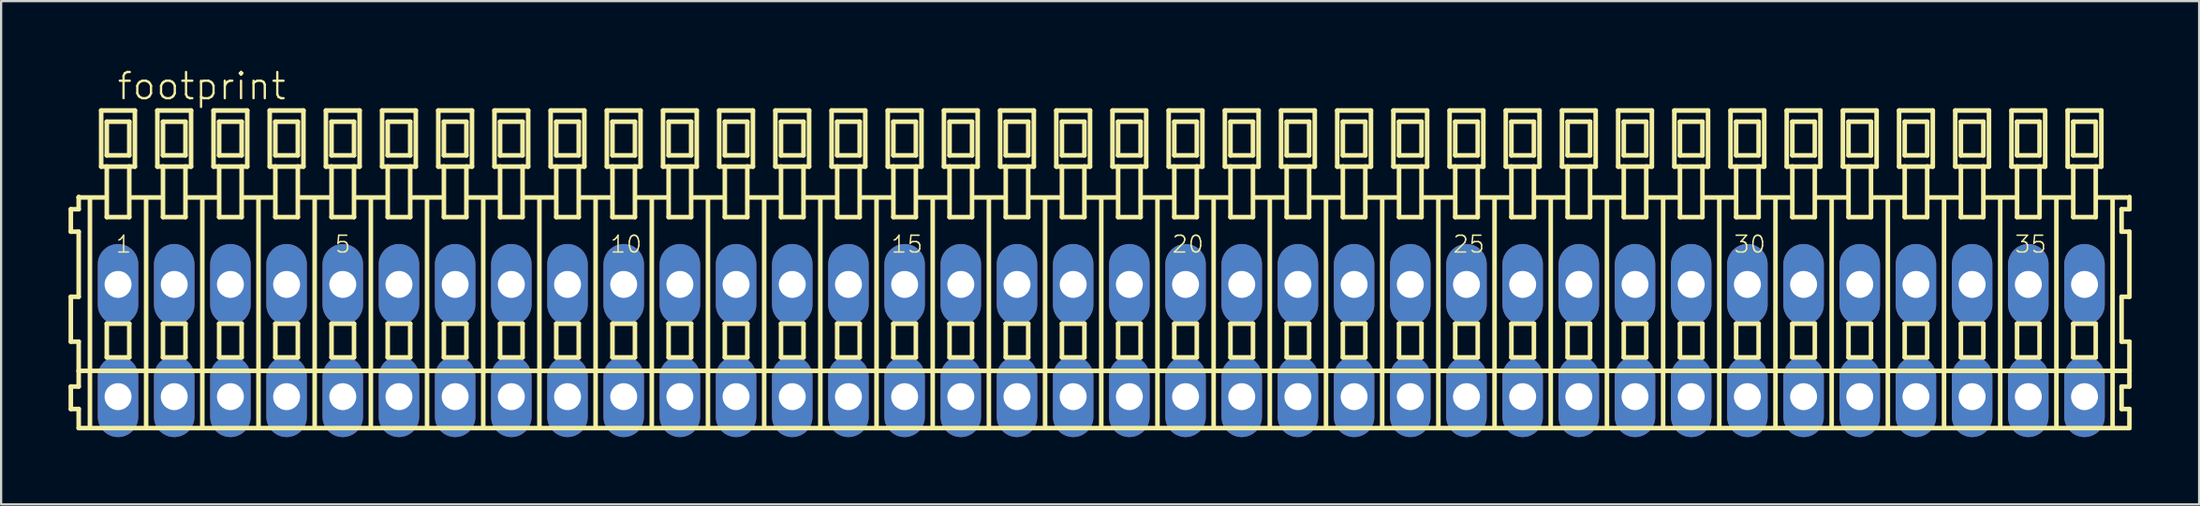
<source format=kicad_pcb>
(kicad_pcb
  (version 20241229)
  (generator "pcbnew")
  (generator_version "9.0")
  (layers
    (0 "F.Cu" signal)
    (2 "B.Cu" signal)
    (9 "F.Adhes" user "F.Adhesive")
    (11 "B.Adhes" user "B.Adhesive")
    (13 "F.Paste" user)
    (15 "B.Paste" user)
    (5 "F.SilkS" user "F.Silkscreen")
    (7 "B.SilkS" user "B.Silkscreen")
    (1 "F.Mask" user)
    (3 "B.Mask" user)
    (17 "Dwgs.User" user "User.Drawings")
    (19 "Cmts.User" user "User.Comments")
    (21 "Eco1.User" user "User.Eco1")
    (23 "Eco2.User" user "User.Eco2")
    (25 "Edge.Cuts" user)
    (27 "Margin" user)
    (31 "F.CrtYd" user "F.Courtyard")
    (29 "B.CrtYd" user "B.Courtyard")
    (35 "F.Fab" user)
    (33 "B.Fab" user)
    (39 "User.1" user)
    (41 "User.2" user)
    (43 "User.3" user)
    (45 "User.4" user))
  (footprint "footprint"
    (layer "F.Cu")
    (at 45.952 12.123)
    (property "Reference" "footprint" (at -43.85 -10.65 0) (layer "F.SilkS") (effects (font (size 1.168 1.168) (thickness 0.102)) (justify left bottom)))
    (fp_line (start -45.85 -5.85) (end -45.85 -4.85) (stroke (width 0.203) (type solid)) (layer "F.SilkS"))
    (fp_line (start -45.85 -4.85) (end -45.5 -4.85) (stroke (width 0.203) (type solid)) (layer "F.SilkS"))
    (fp_line (start -45.85 -1.95) (end -45.85 0.05) (stroke (width 0.203) (type solid)) (layer "F.SilkS"))
    (fp_line (start -45.85 0.05) (end -45.5 0.05) (stroke (width 0.203) (type solid)) (layer "F.SilkS"))
    (fp_line (start -45.85 2.05) (end -45.85 3.05) (stroke (width 0.203) (type solid)) (layer "F.SilkS"))
    (fp_line (start -45.85 3.05) (end -45.5 3.05) (stroke (width 0.203) (type solid)) (layer "F.SilkS"))
    (fp_line (start -45.5 -6.4) (end -45.5 -6.375) (stroke (width 0.203) (type solid)) (layer "F.SilkS"))
    (fp_line (start -45.5 -6.375) (end -45.5 -5.85) (stroke (width 0.203) (type solid)) (layer "F.SilkS"))
    (fp_line (start -45.5 -6.375) (end -44.375 -6.375) (stroke (width 0.203) (type solid)) (layer "F.SilkS"))
    (fp_line (start -45.5 -5.85) (end -45.85 -5.85) (stroke (width 0.203) (type solid)) (layer "F.SilkS"))
    (fp_line (start -45.5 -4.85) (end -45.5 -1.95) (stroke (width 0.203) (type solid)) (layer "F.SilkS"))
    (fp_line (start -45.5 -1.95) (end -45.85 -1.95) (stroke (width 0.203) (type solid)) (layer "F.SilkS"))
    (fp_line (start -45.5 0.05) (end -45.5 1.35) (stroke (width 0.203) (type solid)) (layer "F.SilkS"))
    (fp_line (start -45.5 1.35) (end -45.5 2.05) (stroke (width 0.203) (type solid)) (layer "F.SilkS"))
    (fp_line (start -45.5 1.35) (end 45.75 1.35) (stroke (width 0.203) (type solid)) (layer "F.SilkS"))
    (fp_line (start -45.5 2.05) (end -45.85 2.05) (stroke (width 0.203) (type solid)) (layer "F.SilkS"))
    (fp_line (start -45.5 3.05) (end -45.5 3.9) (stroke (width 0.203) (type solid)) (layer "F.SilkS"))
    (fp_line (start -45.5 3.9) (end 45.75 3.9) (stroke (width 0.203) (type solid)) (layer "F.SilkS"))
    (fp_line (start -45 -6.35) (end -45 3.8) (stroke (width 0.203) (type solid)) (layer "F.SilkS"))
    (fp_line (start -44.5 -10.25) (end -44.5 -7.75) (stroke (width 0.203) (type solid)) (layer "F.SilkS"))
    (fp_line (start -44.5 -7.75) (end -44.25 -7.75) (stroke (width 0.203) (type solid)) (layer "F.SilkS"))
    (fp_line (start -44.25 -9.75) (end -44.25 -8.25) (stroke (width 0.203) (type solid)) (layer "F.SilkS"))
    (fp_line (start -44.25 -8.25) (end -43.25 -8.25) (stroke (width 0.203) (type solid)) (layer "F.SilkS"))
    (fp_line (start -44.25 -7.75) (end -44.25 -5.5) (stroke (width 0.203) (type solid)) (layer "F.SilkS"))
    (fp_line (start -44.25 -7.75) (end -43.25 -7.75) (stroke (width 0.203) (type solid)) (layer "F.SilkS"))
    (fp_line (start -44.25 -5.5) (end -43.25 -5.5) (stroke (width 0.203) (type solid)) (layer "F.SilkS"))
    (fp_line (start -44.25 -0.75) (end -44.25 0.75) (stroke (width 0.203) (type solid)) (layer "F.SilkS"))
    (fp_line (start -44.25 0.75) (end -43.25 0.75) (stroke (width 0.203) (type solid)) (layer "F.SilkS"))
    (fp_line (start -43.25 -9.75) (end -44.25 -9.75) (stroke (width 0.203) (type solid)) (layer "F.SilkS"))
    (fp_line (start -43.25 -8.25) (end -43.25 -9.75) (stroke (width 0.203) (type solid)) (layer "F.SilkS"))
    (fp_line (start -43.25 -7.75) (end -43 -7.75) (stroke (width 0.203) (type solid)) (layer "F.SilkS"))
    (fp_line (start -43.25 -5.5) (end -43.25 -7.75) (stroke (width 0.203) (type solid)) (layer "F.SilkS"))
    (fp_line (start -43.25 -0.75) (end -44.25 -0.75) (stroke (width 0.203) (type solid)) (layer "F.SilkS"))
    (fp_line (start -43.25 0.75) (end -43.25 -0.75) (stroke (width 0.203) (type solid)) (layer "F.SilkS"))
    (fp_line (start -43.125 -6.375) (end -41.875 -6.375) (stroke (width 0.203) (type solid)) (layer "F.SilkS"))
    (fp_line (start -43 -10.25) (end -44.5 -10.25) (stroke (width 0.203) (type solid)) (layer "F.SilkS"))
    (fp_line (start -43 -7.75) (end -43 -10.25) (stroke (width 0.203) (type solid)) (layer "F.SilkS"))
    (fp_line (start -42.5 -6.35) (end -42.5 3.8) (stroke (width 0.203) (type solid)) (layer "F.SilkS"))
    (fp_line (start -42 -10.25) (end -42 -7.75) (stroke (width 0.203) (type solid)) (layer "F.SilkS"))
    (fp_line (start -42 -7.75) (end -41.75 -7.75) (stroke (width 0.203) (type solid)) (layer "F.SilkS"))
    (fp_line (start -41.75 -9.75) (end -41.75 -8.25) (stroke (width 0.203) (type solid)) (layer "F.SilkS"))
    (fp_line (start -41.75 -8.25) (end -40.75 -8.25) (stroke (width 0.203) (type solid)) (layer "F.SilkS"))
    (fp_line (start -41.75 -7.75) (end -41.75 -5.5) (stroke (width 0.203) (type solid)) (layer "F.SilkS"))
    (fp_line (start -41.75 -7.75) (end -40.75 -7.75) (stroke (width 0.203) (type solid)) (layer "F.SilkS"))
    (fp_line (start -41.75 -5.5) (end -40.75 -5.5) (stroke (width 0.203) (type solid)) (layer "F.SilkS"))
    (fp_line (start -41.75 -0.75) (end -41.75 0.75) (stroke (width 0.203) (type solid)) (layer "F.SilkS"))
    (fp_line (start -41.75 0.75) (end -40.75 0.75) (stroke (width 0.203) (type solid)) (layer "F.SilkS"))
    (fp_line (start -40.75 -9.75) (end -41.75 -9.75) (stroke (width 0.203) (type solid)) (layer "F.SilkS"))
    (fp_line (start -40.75 -8.25) (end -40.75 -9.75) (stroke (width 0.203) (type solid)) (layer "F.SilkS"))
    (fp_line (start -40.75 -7.75) (end -40.5 -7.75) (stroke (width 0.203) (type solid)) (layer "F.SilkS"))
    (fp_line (start -40.75 -5.5) (end -40.75 -7.75) (stroke (width 0.203) (type solid)) (layer "F.SilkS"))
    (fp_line (start -40.75 -0.75) (end -41.75 -0.75) (stroke (width 0.203) (type solid)) (layer "F.SilkS"))
    (fp_line (start -40.75 0.75) (end -40.75 -0.75) (stroke (width 0.203) (type solid)) (layer "F.SilkS"))
    (fp_line (start -40.625 -6.375) (end -39.375 -6.375) (stroke (width 0.203) (type solid)) (layer "F.SilkS"))
    (fp_line (start -40.5 -10.25) (end -42 -10.25) (stroke (width 0.203) (type solid)) (layer "F.SilkS"))
    (fp_line (start -40.5 -7.75) (end -40.5 -10.25) (stroke (width 0.203) (type solid)) (layer "F.SilkS"))
    (fp_line (start -40 -6.35) (end -40 3.8) (stroke (width 0.203) (type solid)) (layer "F.SilkS"))
    (fp_line (start -39.5 -10.25) (end -39.5 -7.75) (stroke (width 0.203) (type solid)) (layer "F.SilkS"))
    (fp_line (start -39.5 -7.75) (end -39.25 -7.75) (stroke (width 0.203) (type solid)) (layer "F.SilkS"))
    (fp_line (start -39.25 -9.75) (end -39.25 -8.25) (stroke (width 0.203) (type solid)) (layer "F.SilkS"))
    (fp_line (start -39.25 -8.25) (end -38.25 -8.25) (stroke (width 0.203) (type solid)) (layer "F.SilkS"))
    (fp_line (start -39.25 -7.75) (end -39.25 -5.5) (stroke (width 0.203) (type solid)) (layer "F.SilkS"))
    (fp_line (start -39.25 -7.75) (end -38.25 -7.75) (stroke (width 0.203) (type solid)) (layer "F.SilkS"))
    (fp_line (start -39.25 -5.5) (end -38.25 -5.5) (stroke (width 0.203) (type solid)) (layer "F.SilkS"))
    (fp_line (start -39.25 -0.75) (end -39.25 0.75) (stroke (width 0.203) (type solid)) (layer "F.SilkS"))
    (fp_line (start -39.25 0.75) (end -38.25 0.75) (stroke (width 0.203) (type solid)) (layer "F.SilkS"))
    (fp_line (start -38.25 -9.75) (end -39.25 -9.75) (stroke (width 0.203) (type solid)) (layer "F.SilkS"))
    (fp_line (start -38.25 -8.25) (end -38.25 -9.75) (stroke (width 0.203) (type solid)) (layer "F.SilkS"))
    (fp_line (start -38.25 -7.75) (end -38 -7.75) (stroke (width 0.203) (type solid)) (layer "F.SilkS"))
    (fp_line (start -38.25 -5.5) (end -38.25 -7.75) (stroke (width 0.203) (type solid)) (layer "F.SilkS"))
    (fp_line (start -38.25 -0.75) (end -39.25 -0.75) (stroke (width 0.203) (type solid)) (layer "F.SilkS"))
    (fp_line (start -38.25 0.75) (end -38.25 -0.75) (stroke (width 0.203) (type solid)) (layer "F.SilkS"))
    (fp_line (start -38.125 -6.375) (end -36.875 -6.375) (stroke (width 0.203) (type solid)) (layer "F.SilkS"))
    (fp_line (start -38 -10.25) (end -39.5 -10.25) (stroke (width 0.203) (type solid)) (layer "F.SilkS"))
    (fp_line (start -38 -7.75) (end -38 -10.25) (stroke (width 0.203) (type solid)) (layer "F.SilkS"))
    (fp_line (start -37.5 -6.35) (end -37.5 3.8) (stroke (width 0.203) (type solid)) (layer "F.SilkS"))
    (fp_line (start -37 -10.25) (end -37 -7.75) (stroke (width 0.203) (type solid)) (layer "F.SilkS"))
    (fp_line (start -37 -7.75) (end -36.75 -7.75) (stroke (width 0.203) (type solid)) (layer "F.SilkS"))
    (fp_line (start -36.75 -9.75) (end -36.75 -8.25) (stroke (width 0.203) (type solid)) (layer "F.SilkS"))
    (fp_line (start -36.75 -8.25) (end -35.75 -8.25) (stroke (width 0.203) (type solid)) (layer "F.SilkS"))
    (fp_line (start -36.75 -7.75) (end -36.75 -5.5) (stroke (width 0.203) (type solid)) (layer "F.SilkS"))
    (fp_line (start -36.75 -7.75) (end -35.75 -7.75) (stroke (width 0.203) (type solid)) (layer "F.SilkS"))
    (fp_line (start -36.75 -5.5) (end -35.75 -5.5) (stroke (width 0.203) (type solid)) (layer "F.SilkS"))
    (fp_line (start -36.75 -0.75) (end -36.75 0.75) (stroke (width 0.203) (type solid)) (layer "F.SilkS"))
    (fp_line (start -36.75 0.75) (end -35.75 0.75) (stroke (width 0.203) (type solid)) (layer "F.SilkS"))
    (fp_line (start -35.75 -9.75) (end -36.75 -9.75) (stroke (width 0.203) (type solid)) (layer "F.SilkS"))
    (fp_line (start -35.75 -8.25) (end -35.75 -9.75) (stroke (width 0.203) (type solid)) (layer "F.SilkS"))
    (fp_line (start -35.75 -7.75) (end -35.5 -7.75) (stroke (width 0.203) (type solid)) (layer "F.SilkS"))
    (fp_line (start -35.75 -5.5) (end -35.75 -7.75) (stroke (width 0.203) (type solid)) (layer "F.SilkS"))
    (fp_line (start -35.75 -0.75) (end -36.75 -0.75) (stroke (width 0.203) (type solid)) (layer "F.SilkS"))
    (fp_line (start -35.75 0.75) (end -35.75 -0.75) (stroke (width 0.203) (type solid)) (layer "F.SilkS"))
    (fp_line (start -35.625 -6.375) (end -34.375 -6.375) (stroke (width 0.203) (type solid)) (layer "F.SilkS"))
    (fp_line (start -35.5 -10.25) (end -37 -10.25) (stroke (width 0.203) (type solid)) (layer "F.SilkS"))
    (fp_line (start -35.5 -7.75) (end -35.5 -10.25) (stroke (width 0.203) (type solid)) (layer "F.SilkS"))
    (fp_line (start -35 -6.35) (end -35 3.8) (stroke (width 0.203) (type solid)) (layer "F.SilkS"))
    (fp_line (start -34.5 -10.25) (end -34.5 -7.75) (stroke (width 0.203) (type solid)) (layer "F.SilkS"))
    (fp_line (start -34.5 -7.75) (end -34.25 -7.75) (stroke (width 0.203) (type solid)) (layer "F.SilkS"))
    (fp_line (start -34.25 -9.75) (end -34.25 -8.25) (stroke (width 0.203) (type solid)) (layer "F.SilkS"))
    (fp_line (start -34.25 -8.25) (end -33.25 -8.25) (stroke (width 0.203) (type solid)) (layer "F.SilkS"))
    (fp_line (start -34.25 -7.75) (end -34.25 -5.5) (stroke (width 0.203) (type solid)) (layer "F.SilkS"))
    (fp_line (start -34.25 -7.75) (end -33.25 -7.75) (stroke (width 0.203) (type solid)) (layer "F.SilkS"))
    (fp_line (start -34.25 -5.5) (end -33.25 -5.5) (stroke (width 0.203) (type solid)) (layer "F.SilkS"))
    (fp_line (start -34.25 -0.75) (end -34.25 0.75) (stroke (width 0.203) (type solid)) (layer "F.SilkS"))
    (fp_line (start -34.25 0.75) (end -33.25 0.75) (stroke (width 0.203) (type solid)) (layer "F.SilkS"))
    (fp_line (start -33.25 -9.75) (end -34.25 -9.75) (stroke (width 0.203) (type solid)) (layer "F.SilkS"))
    (fp_line (start -33.25 -8.25) (end -33.25 -9.75) (stroke (width 0.203) (type solid)) (layer "F.SilkS"))
    (fp_line (start -33.25 -7.75) (end -33 -7.75) (stroke (width 0.203) (type solid)) (layer "F.SilkS"))
    (fp_line (start -33.25 -5.5) (end -33.25 -7.75) (stroke (width 0.203) (type solid)) (layer "F.SilkS"))
    (fp_line (start -33.25 -0.75) (end -34.25 -0.75) (stroke (width 0.203) (type solid)) (layer "F.SilkS"))
    (fp_line (start -33.25 0.75) (end -33.25 -0.75) (stroke (width 0.203) (type solid)) (layer "F.SilkS"))
    (fp_line (start -33.125 -6.375) (end -31.875 -6.375) (stroke (width 0.203) (type solid)) (layer "F.SilkS"))
    (fp_line (start -33 -10.25) (end -34.5 -10.25) (stroke (width 0.203) (type solid)) (layer "F.SilkS"))
    (fp_line (start -33 -7.75) (end -33 -10.25) (stroke (width 0.203) (type solid)) (layer "F.SilkS"))
    (fp_line (start -32.5 -6.35) (end -32.5 3.8) (stroke (width 0.203) (type solid)) (layer "F.SilkS"))
    (fp_line (start -32 -10.25) (end -32 -7.75) (stroke (width 0.203) (type solid)) (layer "F.SilkS"))
    (fp_line (start -32 -7.75) (end -31.75 -7.75) (stroke (width 0.203) (type solid)) (layer "F.SilkS"))
    (fp_line (start -31.75 -9.75) (end -31.75 -8.25) (stroke (width 0.203) (type solid)) (layer "F.SilkS"))
    (fp_line (start -31.75 -8.25) (end -30.75 -8.25) (stroke (width 0.203) (type solid)) (layer "F.SilkS"))
    (fp_line (start -31.75 -7.75) (end -31.75 -5.5) (stroke (width 0.203) (type solid)) (layer "F.SilkS"))
    (fp_line (start -31.75 -7.75) (end -30.75 -7.75) (stroke (width 0.203) (type solid)) (layer "F.SilkS"))
    (fp_line (start -31.75 -5.5) (end -30.75 -5.5) (stroke (width 0.203) (type solid)) (layer "F.SilkS"))
    (fp_line (start -31.75 -0.75) (end -31.75 0.75) (stroke (width 0.203) (type solid)) (layer "F.SilkS"))
    (fp_line (start -31.75 0.75) (end -30.75 0.75) (stroke (width 0.203) (type solid)) (layer "F.SilkS"))
    (fp_line (start -30.75 -9.75) (end -31.75 -9.75) (stroke (width 0.203) (type solid)) (layer "F.SilkS"))
    (fp_line (start -30.75 -8.25) (end -30.75 -9.75) (stroke (width 0.203) (type solid)) (layer "F.SilkS"))
    (fp_line (start -30.75 -7.75) (end -30.5 -7.75) (stroke (width 0.203) (type solid)) (layer "F.SilkS"))
    (fp_line (start -30.75 -5.5) (end -30.75 -7.75) (stroke (width 0.203) (type solid)) (layer "F.SilkS"))
    (fp_line (start -30.75 -0.75) (end -31.75 -0.75) (stroke (width 0.203) (type solid)) (layer "F.SilkS"))
    (fp_line (start -30.75 0.75) (end -30.75 -0.75) (stroke (width 0.203) (type solid)) (layer "F.SilkS"))
    (fp_line (start -30.625 -6.375) (end -29.375 -6.375) (stroke (width 0.203) (type solid)) (layer "F.SilkS"))
    (fp_line (start -30.5 -10.25) (end -32 -10.25) (stroke (width 0.203) (type solid)) (layer "F.SilkS"))
    (fp_line (start -30.5 -7.75) (end -30.5 -10.25) (stroke (width 0.203) (type solid)) (layer "F.SilkS"))
    (fp_line (start -30 -6.35) (end -30 3.8) (stroke (width 0.203) (type solid)) (layer "F.SilkS"))
    (fp_line (start -29.5 -10.25) (end -29.5 -7.75) (stroke (width 0.203) (type solid)) (layer "F.SilkS"))
    (fp_line (start -29.5 -7.75) (end -29.25 -7.75) (stroke (width 0.203) (type solid)) (layer "F.SilkS"))
    (fp_line (start -29.25 -9.75) (end -29.25 -8.25) (stroke (width 0.203) (type solid)) (layer "F.SilkS"))
    (fp_line (start -29.25 -8.25) (end -28.25 -8.25) (stroke (width 0.203) (type solid)) (layer "F.SilkS"))
    (fp_line (start -29.25 -7.75) (end -29.25 -5.5) (stroke (width 0.203) (type solid)) (layer "F.SilkS"))
    (fp_line (start -29.25 -7.75) (end -28.25 -7.75) (stroke (width 0.203) (type solid)) (layer "F.SilkS"))
    (fp_line (start -29.25 -5.5) (end -28.25 -5.5) (stroke (width 0.203) (type solid)) (layer "F.SilkS"))
    (fp_line (start -29.25 -0.75) (end -29.25 0.75) (stroke (width 0.203) (type solid)) (layer "F.SilkS"))
    (fp_line (start -29.25 0.75) (end -28.25 0.75) (stroke (width 0.203) (type solid)) (layer "F.SilkS"))
    (fp_line (start -28.25 -9.75) (end -29.25 -9.75) (stroke (width 0.203) (type solid)) (layer "F.SilkS"))
    (fp_line (start -28.25 -8.25) (end -28.25 -9.75) (stroke (width 0.203) (type solid)) (layer "F.SilkS"))
    (fp_line (start -28.25 -7.75) (end -28 -7.75) (stroke (width 0.203) (type solid)) (layer "F.SilkS"))
    (fp_line (start -28.25 -5.5) (end -28.25 -7.75) (stroke (width 0.203) (type solid)) (layer "F.SilkS"))
    (fp_line (start -28.25 -0.75) (end -29.25 -0.75) (stroke (width 0.203) (type solid)) (layer "F.SilkS"))
    (fp_line (start -28.25 0.75) (end -28.25 -0.75) (stroke (width 0.203) (type solid)) (layer "F.SilkS"))
    (fp_line (start -28.125 -6.375) (end -26.875 -6.375) (stroke (width 0.203) (type solid)) (layer "F.SilkS"))
    (fp_line (start -28 -10.25) (end -29.5 -10.25) (stroke (width 0.203) (type solid)) (layer "F.SilkS"))
    (fp_line (start -28 -7.75) (end -28 -10.25) (stroke (width 0.203) (type solid)) (layer "F.SilkS"))
    (fp_line (start -27.5 -6.35) (end -27.5 3.8) (stroke (width 0.203) (type solid)) (layer "F.SilkS"))
    (fp_line (start -27 -10.25) (end -27 -7.75) (stroke (width 0.203) (type solid)) (layer "F.SilkS"))
    (fp_line (start -27 -7.75) (end -26.75 -7.75) (stroke (width 0.203) (type solid)) (layer "F.SilkS"))
    (fp_line (start -26.75 -9.75) (end -26.75 -8.25) (stroke (width 0.203) (type solid)) (layer "F.SilkS"))
    (fp_line (start -26.75 -8.25) (end -25.75 -8.25) (stroke (width 0.203) (type solid)) (layer "F.SilkS"))
    (fp_line (start -26.75 -7.75) (end -26.75 -5.5) (stroke (width 0.203) (type solid)) (layer "F.SilkS"))
    (fp_line (start -26.75 -7.75) (end -25.75 -7.75) (stroke (width 0.203) (type solid)) (layer "F.SilkS"))
    (fp_line (start -26.75 -5.5) (end -25.75 -5.5) (stroke (width 0.203) (type solid)) (layer "F.SilkS"))
    (fp_line (start -26.75 -0.75) (end -26.75 0.75) (stroke (width 0.203) (type solid)) (layer "F.SilkS"))
    (fp_line (start -26.75 0.75) (end -25.75 0.75) (stroke (width 0.203) (type solid)) (layer "F.SilkS"))
    (fp_line (start -25.75 -9.75) (end -26.75 -9.75) (stroke (width 0.203) (type solid)) (layer "F.SilkS"))
    (fp_line (start -25.75 -8.25) (end -25.75 -9.75) (stroke (width 0.203) (type solid)) (layer "F.SilkS"))
    (fp_line (start -25.75 -7.75) (end -25.5 -7.75) (stroke (width 0.203) (type solid)) (layer "F.SilkS"))
    (fp_line (start -25.75 -5.5) (end -25.75 -7.75) (stroke (width 0.203) (type solid)) (layer "F.SilkS"))
    (fp_line (start -25.75 -0.75) (end -26.75 -0.75) (stroke (width 0.203) (type solid)) (layer "F.SilkS"))
    (fp_line (start -25.75 0.75) (end -25.75 -0.75) (stroke (width 0.203) (type solid)) (layer "F.SilkS"))
    (fp_line (start -25.625 -6.375) (end -24.375 -6.375) (stroke (width 0.203) (type solid)) (layer "F.SilkS"))
    (fp_line (start -25.5 -10.25) (end -27 -10.25) (stroke (width 0.203) (type solid)) (layer "F.SilkS"))
    (fp_line (start -25.5 -7.75) (end -25.5 -10.25) (stroke (width 0.203) (type solid)) (layer "F.SilkS"))
    (fp_line (start -25 -6.35) (end -25 3.8) (stroke (width 0.203) (type solid)) (layer "F.SilkS"))
    (fp_line (start -24.5 -10.25) (end -24.5 -7.75) (stroke (width 0.203) (type solid)) (layer "F.SilkS"))
    (fp_line (start -24.5 -7.75) (end -24.25 -7.75) (stroke (width 0.203) (type solid)) (layer "F.SilkS"))
    (fp_line (start -24.25 -9.75) (end -24.25 -8.25) (stroke (width 0.203) (type solid)) (layer "F.SilkS"))
    (fp_line (start -24.25 -8.25) (end -23.25 -8.25) (stroke (width 0.203) (type solid)) (layer "F.SilkS"))
    (fp_line (start -24.25 -7.75) (end -24.25 -5.5) (stroke (width 0.203) (type solid)) (layer "F.SilkS"))
    (fp_line (start -24.25 -7.75) (end -23.25 -7.75) (stroke (width 0.203) (type solid)) (layer "F.SilkS"))
    (fp_line (start -24.25 -5.5) (end -23.25 -5.5) (stroke (width 0.203) (type solid)) (layer "F.SilkS"))
    (fp_line (start -24.25 -0.75) (end -24.25 0.75) (stroke (width 0.203) (type solid)) (layer "F.SilkS"))
    (fp_line (start -24.25 0.75) (end -23.25 0.75) (stroke (width 0.203) (type solid)) (layer "F.SilkS"))
    (fp_line (start -23.25 -9.75) (end -24.25 -9.75) (stroke (width 0.203) (type solid)) (layer "F.SilkS"))
    (fp_line (start -23.25 -8.25) (end -23.25 -9.75) (stroke (width 0.203) (type solid)) (layer "F.SilkS"))
    (fp_line (start -23.25 -7.75) (end -23 -7.75) (stroke (width 0.203) (type solid)) (layer "F.SilkS"))
    (fp_line (start -23.25 -5.5) (end -23.25 -7.75) (stroke (width 0.203) (type solid)) (layer "F.SilkS"))
    (fp_line (start -23.25 -0.75) (end -24.25 -0.75) (stroke (width 0.203) (type solid)) (layer "F.SilkS"))
    (fp_line (start -23.25 0.75) (end -23.25 -0.75) (stroke (width 0.203) (type solid)) (layer "F.SilkS"))
    (fp_line (start -23.125 -6.375) (end -21.875 -6.375) (stroke (width 0.203) (type solid)) (layer "F.SilkS"))
    (fp_line (start -23 -10.25) (end -24.5 -10.25) (stroke (width 0.203) (type solid)) (layer "F.SilkS"))
    (fp_line (start -23 -7.75) (end -23 -10.25) (stroke (width 0.203) (type solid)) (layer "F.SilkS"))
    (fp_line (start -22.5 -6.35) (end -22.5 3.8) (stroke (width 0.203) (type solid)) (layer "F.SilkS"))
    (fp_line (start -22 -10.25) (end -22 -7.75) (stroke (width 0.203) (type solid)) (layer "F.SilkS"))
    (fp_line (start -22 -7.75) (end -21.75 -7.75) (stroke (width 0.203) (type solid)) (layer "F.SilkS"))
    (fp_line (start -21.75 -9.75) (end -21.75 -8.25) (stroke (width 0.203) (type solid)) (layer "F.SilkS"))
    (fp_line (start -21.75 -8.25) (end -20.75 -8.25) (stroke (width 0.203) (type solid)) (layer "F.SilkS"))
    (fp_line (start -21.75 -7.75) (end -21.75 -5.5) (stroke (width 0.203) (type solid)) (layer "F.SilkS"))
    (fp_line (start -21.75 -7.75) (end -20.75 -7.75) (stroke (width 0.203) (type solid)) (layer "F.SilkS"))
    (fp_line (start -21.75 -5.5) (end -20.75 -5.5) (stroke (width 0.203) (type solid)) (layer "F.SilkS"))
    (fp_line (start -21.75 -0.75) (end -21.75 0.75) (stroke (width 0.203) (type solid)) (layer "F.SilkS"))
    (fp_line (start -21.75 0.75) (end -20.75 0.75) (stroke (width 0.203) (type solid)) (layer "F.SilkS"))
    (fp_line (start -20.75 -9.75) (end -21.75 -9.75) (stroke (width 0.203) (type solid)) (layer "F.SilkS"))
    (fp_line (start -20.75 -8.25) (end -20.75 -9.75) (stroke (width 0.203) (type solid)) (layer "F.SilkS"))
    (fp_line (start -20.75 -7.75) (end -20.5 -7.75) (stroke (width 0.203) (type solid)) (layer "F.SilkS"))
    (fp_line (start -20.75 -5.5) (end -20.75 -7.75) (stroke (width 0.203) (type solid)) (layer "F.SilkS"))
    (fp_line (start -20.75 -0.75) (end -21.75 -0.75) (stroke (width 0.203) (type solid)) (layer "F.SilkS"))
    (fp_line (start -20.75 0.75) (end -20.75 -0.75) (stroke (width 0.203) (type solid)) (layer "F.SilkS"))
    (fp_line (start -20.625 -6.375) (end -19.375 -6.375) (stroke (width 0.203) (type solid)) (layer "F.SilkS"))
    (fp_line (start -20.5 -10.25) (end -22 -10.25) (stroke (width 0.203) (type solid)) (layer "F.SilkS"))
    (fp_line (start -20.5 -7.75) (end -20.5 -10.25) (stroke (width 0.203) (type solid)) (layer "F.SilkS"))
    (fp_line (start -20 -6.35) (end -20 3.8) (stroke (width 0.203) (type solid)) (layer "F.SilkS"))
    (fp_line (start -19.5 -10.25) (end -19.5 -7.75) (stroke (width 0.203) (type solid)) (layer "F.SilkS"))
    (fp_line (start -19.5 -7.75) (end -19.25 -7.75) (stroke (width 0.203) (type solid)) (layer "F.SilkS"))
    (fp_line (start -19.25 -9.75) (end -19.25 -8.25) (stroke (width 0.203) (type solid)) (layer "F.SilkS"))
    (fp_line (start -19.25 -8.25) (end -18.25 -8.25) (stroke (width 0.203) (type solid)) (layer "F.SilkS"))
    (fp_line (start -19.25 -7.75) (end -19.25 -5.5) (stroke (width 0.203) (type solid)) (layer "F.SilkS"))
    (fp_line (start -19.25 -7.75) (end -18.25 -7.75) (stroke (width 0.203) (type solid)) (layer "F.SilkS"))
    (fp_line (start -19.25 -5.5) (end -18.25 -5.5) (stroke (width 0.203) (type solid)) (layer "F.SilkS"))
    (fp_line (start -19.25 -0.75) (end -19.25 0.75) (stroke (width 0.203) (type solid)) (layer "F.SilkS"))
    (fp_line (start -19.25 0.75) (end -18.25 0.75) (stroke (width 0.203) (type solid)) (layer "F.SilkS"))
    (fp_line (start -18.25 -9.75) (end -19.25 -9.75) (stroke (width 0.203) (type solid)) (layer "F.SilkS"))
    (fp_line (start -18.25 -8.25) (end -18.25 -9.75) (stroke (width 0.203) (type solid)) (layer "F.SilkS"))
    (fp_line (start -18.25 -7.75) (end -18 -7.75) (stroke (width 0.203) (type solid)) (layer "F.SilkS"))
    (fp_line (start -18.25 -5.5) (end -18.25 -7.75) (stroke (width 0.203) (type solid)) (layer "F.SilkS"))
    (fp_line (start -18.25 -0.75) (end -19.25 -0.75) (stroke (width 0.203) (type solid)) (layer "F.SilkS"))
    (fp_line (start -18.25 0.75) (end -18.25 -0.75) (stroke (width 0.203) (type solid)) (layer "F.SilkS"))
    (fp_line (start -18.125 -6.375) (end -16.875 -6.375) (stroke (width 0.203) (type solid)) (layer "F.SilkS"))
    (fp_line (start -18 -10.25) (end -19.5 -10.25) (stroke (width 0.203) (type solid)) (layer "F.SilkS"))
    (fp_line (start -18 -7.75) (end -18 -10.25) (stroke (width 0.203) (type solid)) (layer "F.SilkS"))
    (fp_line (start -17.5 -6.35) (end -17.5 3.8) (stroke (width 0.203) (type solid)) (layer "F.SilkS"))
    (fp_line (start -17 -10.25) (end -17 -7.75) (stroke (width 0.203) (type solid)) (layer "F.SilkS"))
    (fp_line (start -17 -7.75) (end -16.75 -7.75) (stroke (width 0.203) (type solid)) (layer "F.SilkS"))
    (fp_line (start -16.75 -9.75) (end -16.75 -8.25) (stroke (width 0.203) (type solid)) (layer "F.SilkS"))
    (fp_line (start -16.75 -8.25) (end -15.75 -8.25) (stroke (width 0.203) (type solid)) (layer "F.SilkS"))
    (fp_line (start -16.75 -7.75) (end -16.75 -5.5) (stroke (width 0.203) (type solid)) (layer "F.SilkS"))
    (fp_line (start -16.75 -7.75) (end -15.75 -7.75) (stroke (width 0.203) (type solid)) (layer "F.SilkS"))
    (fp_line (start -16.75 -5.5) (end -15.75 -5.5) (stroke (width 0.203) (type solid)) (layer "F.SilkS"))
    (fp_line (start -16.75 -0.75) (end -16.75 0.75) (stroke (width 0.203) (type solid)) (layer "F.SilkS"))
    (fp_line (start -16.75 0.75) (end -15.75 0.75) (stroke (width 0.203) (type solid)) (layer "F.SilkS"))
    (fp_line (start -15.75 -9.75) (end -16.75 -9.75) (stroke (width 0.203) (type solid)) (layer "F.SilkS"))
    (fp_line (start -15.75 -8.25) (end -15.75 -9.75) (stroke (width 0.203) (type solid)) (layer "F.SilkS"))
    (fp_line (start -15.75 -7.75) (end -15.5 -7.75) (stroke (width 0.203) (type solid)) (layer "F.SilkS"))
    (fp_line (start -15.75 -5.5) (end -15.75 -7.75) (stroke (width 0.203) (type solid)) (layer "F.SilkS"))
    (fp_line (start -15.75 -0.75) (end -16.75 -0.75) (stroke (width 0.203) (type solid)) (layer "F.SilkS"))
    (fp_line (start -15.75 0.75) (end -15.75 -0.75) (stroke (width 0.203) (type solid)) (layer "F.SilkS"))
    (fp_line (start -15.625 -6.375) (end -14.375 -6.375) (stroke (width 0.203) (type solid)) (layer "F.SilkS"))
    (fp_line (start -15.5 -10.25) (end -17 -10.25) (stroke (width 0.203) (type solid)) (layer "F.SilkS"))
    (fp_line (start -15.5 -7.75) (end -15.5 -10.25) (stroke (width 0.203) (type solid)) (layer "F.SilkS"))
    (fp_line (start -15 -6.35) (end -15 3.8) (stroke (width 0.203) (type solid)) (layer "F.SilkS"))
    (fp_line (start -14.5 -10.25) (end -14.5 -7.75) (stroke (width 0.203) (type solid)) (layer "F.SilkS"))
    (fp_line (start -14.5 -7.75) (end -14.25 -7.75) (stroke (width 0.203) (type solid)) (layer "F.SilkS"))
    (fp_line (start -14.25 -9.75) (end -14.25 -8.25) (stroke (width 0.203) (type solid)) (layer "F.SilkS"))
    (fp_line (start -14.25 -8.25) (end -13.25 -8.25) (stroke (width 0.203) (type solid)) (layer "F.SilkS"))
    (fp_line (start -14.25 -7.75) (end -14.25 -5.5) (stroke (width 0.203) (type solid)) (layer "F.SilkS"))
    (fp_line (start -14.25 -7.75) (end -13.25 -7.75) (stroke (width 0.203) (type solid)) (layer "F.SilkS"))
    (fp_line (start -14.25 -5.5) (end -13.25 -5.5) (stroke (width 0.203) (type solid)) (layer "F.SilkS"))
    (fp_line (start -14.25 -0.75) (end -14.25 0.75) (stroke (width 0.203) (type solid)) (layer "F.SilkS"))
    (fp_line (start -14.25 0.75) (end -13.25 0.75) (stroke (width 0.203) (type solid)) (layer "F.SilkS"))
    (fp_line (start -13.25 -9.75) (end -14.25 -9.75) (stroke (width 0.203) (type solid)) (layer "F.SilkS"))
    (fp_line (start -13.25 -8.25) (end -13.25 -9.75) (stroke (width 0.203) (type solid)) (layer "F.SilkS"))
    (fp_line (start -13.25 -7.75) (end -13 -7.75) (stroke (width 0.203) (type solid)) (layer "F.SilkS"))
    (fp_line (start -13.25 -5.5) (end -13.25 -7.75) (stroke (width 0.203) (type solid)) (layer "F.SilkS"))
    (fp_line (start -13.25 -0.75) (end -14.25 -0.75) (stroke (width 0.203) (type solid)) (layer "F.SilkS"))
    (fp_line (start -13.25 0.75) (end -13.25 -0.75) (stroke (width 0.203) (type solid)) (layer "F.SilkS"))
    (fp_line (start -13.125 -6.375) (end -11.875 -6.375) (stroke (width 0.203) (type solid)) (layer "F.SilkS"))
    (fp_line (start -13 -10.25) (end -14.5 -10.25) (stroke (width 0.203) (type solid)) (layer "F.SilkS"))
    (fp_line (start -13 -7.75) (end -13 -10.25) (stroke (width 0.203) (type solid)) (layer "F.SilkS"))
    (fp_line (start -12.5 -6.35) (end -12.5 3.8) (stroke (width 0.203) (type solid)) (layer "F.SilkS"))
    (fp_line (start -12 -10.25) (end -12 -7.75) (stroke (width 0.203) (type solid)) (layer "F.SilkS"))
    (fp_line (start -12 -7.75) (end -11.75 -7.75) (stroke (width 0.203) (type solid)) (layer "F.SilkS"))
    (fp_line (start -11.75 -9.75) (end -11.75 -8.25) (stroke (width 0.203) (type solid)) (layer "F.SilkS"))
    (fp_line (start -11.75 -8.25) (end -10.75 -8.25) (stroke (width 0.203) (type solid)) (layer "F.SilkS"))
    (fp_line (start -11.75 -7.75) (end -11.75 -5.5) (stroke (width 0.203) (type solid)) (layer "F.SilkS"))
    (fp_line (start -11.75 -7.75) (end -10.75 -7.75) (stroke (width 0.203) (type solid)) (layer "F.SilkS"))
    (fp_line (start -11.75 -5.5) (end -10.75 -5.5) (stroke (width 0.203) (type solid)) (layer "F.SilkS"))
    (fp_line (start -11.75 -0.75) (end -11.75 0.75) (stroke (width 0.203) (type solid)) (layer "F.SilkS"))
    (fp_line (start -11.75 0.75) (end -10.75 0.75) (stroke (width 0.203) (type solid)) (layer "F.SilkS"))
    (fp_line (start -10.75 -9.75) (end -11.75 -9.75) (stroke (width 0.203) (type solid)) (layer "F.SilkS"))
    (fp_line (start -10.75 -8.25) (end -10.75 -9.75) (stroke (width 0.203) (type solid)) (layer "F.SilkS"))
    (fp_line (start -10.75 -7.75) (end -10.5 -7.75) (stroke (width 0.203) (type solid)) (layer "F.SilkS"))
    (fp_line (start -10.75 -5.5) (end -10.75 -7.75) (stroke (width 0.203) (type solid)) (layer "F.SilkS"))
    (fp_line (start -10.75 -0.75) (end -11.75 -0.75) (stroke (width 0.203) (type solid)) (layer "F.SilkS"))
    (fp_line (start -10.75 0.75) (end -10.75 -0.75) (stroke (width 0.203) (type solid)) (layer "F.SilkS"))
    (fp_line (start -10.625 -6.375) (end -9.375 -6.375) (stroke (width 0.203) (type solid)) (layer "F.SilkS"))
    (fp_line (start -10.5 -10.25) (end -12 -10.25) (stroke (width 0.203) (type solid)) (layer "F.SilkS"))
    (fp_line (start -10.5 -7.75) (end -10.5 -10.25) (stroke (width 0.203) (type solid)) (layer "F.SilkS"))
    (fp_line (start -10 -6.35) (end -10 3.8) (stroke (width 0.203) (type solid)) (layer "F.SilkS"))
    (fp_line (start -9.5 -10.25) (end -9.5 -7.75) (stroke (width 0.203) (type solid)) (layer "F.SilkS"))
    (fp_line (start -9.5 -7.75) (end -9.25 -7.75) (stroke (width 0.203) (type solid)) (layer "F.SilkS"))
    (fp_line (start -9.25 -9.75) (end -9.25 -8.25) (stroke (width 0.203) (type solid)) (layer "F.SilkS"))
    (fp_line (start -9.25 -8.25) (end -8.25 -8.25) (stroke (width 0.203) (type solid)) (layer "F.SilkS"))
    (fp_line (start -9.25 -7.75) (end -9.25 -5.5) (stroke (width 0.203) (type solid)) (layer "F.SilkS"))
    (fp_line (start -9.25 -7.75) (end -8.25 -7.75) (stroke (width 0.203) (type solid)) (layer "F.SilkS"))
    (fp_line (start -9.25 -5.5) (end -8.25 -5.5) (stroke (width 0.203) (type solid)) (layer "F.SilkS"))
    (fp_line (start -9.25 -0.75) (end -9.25 0.75) (stroke (width 0.203) (type solid)) (layer "F.SilkS"))
    (fp_line (start -9.25 0.75) (end -8.25 0.75) (stroke (width 0.203) (type solid)) (layer "F.SilkS"))
    (fp_line (start -8.25 -9.75) (end -9.25 -9.75) (stroke (width 0.203) (type solid)) (layer "F.SilkS"))
    (fp_line (start -8.25 -8.25) (end -8.25 -9.75) (stroke (width 0.203) (type solid)) (layer "F.SilkS"))
    (fp_line (start -8.25 -7.75) (end -8 -7.75) (stroke (width 0.203) (type solid)) (layer "F.SilkS"))
    (fp_line (start -8.25 -5.5) (end -8.25 -7.75) (stroke (width 0.203) (type solid)) (layer "F.SilkS"))
    (fp_line (start -8.25 -0.75) (end -9.25 -0.75) (stroke (width 0.203) (type solid)) (layer "F.SilkS"))
    (fp_line (start -8.25 0.75) (end -8.25 -0.75) (stroke (width 0.203) (type solid)) (layer "F.SilkS"))
    (fp_line (start -8.125 -6.375) (end -6.875 -6.375) (stroke (width 0.203) (type solid)) (layer "F.SilkS"))
    (fp_line (start -8 -10.25) (end -9.5 -10.25) (stroke (width 0.203) (type solid)) (layer "F.SilkS"))
    (fp_line (start -8 -7.75) (end -8 -10.25) (stroke (width 0.203) (type solid)) (layer "F.SilkS"))
    (fp_line (start -7.5 -6.35) (end -7.5 3.8) (stroke (width 0.203) (type solid)) (layer "F.SilkS"))
    (fp_line (start -7 -10.25) (end -7 -7.75) (stroke (width 0.203) (type solid)) (layer "F.SilkS"))
    (fp_line (start -7 -7.75) (end -6.75 -7.75) (stroke (width 0.203) (type solid)) (layer "F.SilkS"))
    (fp_line (start -6.75 -9.75) (end -6.75 -8.25) (stroke (width 0.203) (type solid)) (layer "F.SilkS"))
    (fp_line (start -6.75 -8.25) (end -5.75 -8.25) (stroke (width 0.203) (type solid)) (layer "F.SilkS"))
    (fp_line (start -6.75 -7.75) (end -6.75 -5.5) (stroke (width 0.203) (type solid)) (layer "F.SilkS"))
    (fp_line (start -6.75 -7.75) (end -5.75 -7.75) (stroke (width 0.203) (type solid)) (layer "F.SilkS"))
    (fp_line (start -6.75 -5.5) (end -5.75 -5.5) (stroke (width 0.203) (type solid)) (layer "F.SilkS"))
    (fp_line (start -6.75 -0.75) (end -6.75 0.75) (stroke (width 0.203) (type solid)) (layer "F.SilkS"))
    (fp_line (start -6.75 0.75) (end -5.75 0.75) (stroke (width 0.203) (type solid)) (layer "F.SilkS"))
    (fp_line (start -5.75 -9.75) (end -6.75 -9.75) (stroke (width 0.203) (type solid)) (layer "F.SilkS"))
    (fp_line (start -5.75 -8.25) (end -5.75 -9.75) (stroke (width 0.203) (type solid)) (layer "F.SilkS"))
    (fp_line (start -5.75 -7.75) (end -5.5 -7.75) (stroke (width 0.203) (type solid)) (layer "F.SilkS"))
    (fp_line (start -5.75 -5.5) (end -5.75 -7.75) (stroke (width 0.203) (type solid)) (layer "F.SilkS"))
    (fp_line (start -5.75 -0.75) (end -6.75 -0.75) (stroke (width 0.203) (type solid)) (layer "F.SilkS"))
    (fp_line (start -5.75 0.75) (end -5.75 -0.75) (stroke (width 0.203) (type solid)) (layer "F.SilkS"))
    (fp_line (start -5.625 -6.375) (end -4.375 -6.375) (stroke (width 0.203) (type solid)) (layer "F.SilkS"))
    (fp_line (start -5.5 -10.25) (end -7 -10.25) (stroke (width 0.203) (type solid)) (layer "F.SilkS"))
    (fp_line (start -5.5 -7.75) (end -5.5 -10.25) (stroke (width 0.203) (type solid)) (layer "F.SilkS"))
    (fp_line (start -5 -6.35) (end -5 3.8) (stroke (width 0.203) (type solid)) (layer "F.SilkS"))
    (fp_line (start -4.5 -10.25) (end -4.5 -7.75) (stroke (width 0.203) (type solid)) (layer "F.SilkS"))
    (fp_line (start -4.5 -7.75) (end -4.25 -7.75) (stroke (width 0.203) (type solid)) (layer "F.SilkS"))
    (fp_line (start -4.25 -9.75) (end -4.25 -8.25) (stroke (width 0.203) (type solid)) (layer "F.SilkS"))
    (fp_line (start -4.25 -8.25) (end -3.25 -8.25) (stroke (width 0.203) (type solid)) (layer "F.SilkS"))
    (fp_line (start -4.25 -7.75) (end -4.25 -5.5) (stroke (width 0.203) (type solid)) (layer "F.SilkS"))
    (fp_line (start -4.25 -7.75) (end -3.25 -7.75) (stroke (width 0.203) (type solid)) (layer "F.SilkS"))
    (fp_line (start -4.25 -5.5) (end -3.25 -5.5) (stroke (width 0.203) (type solid)) (layer "F.SilkS"))
    (fp_line (start -4.25 -0.75) (end -4.25 0.75) (stroke (width 0.203) (type solid)) (layer "F.SilkS"))
    (fp_line (start -4.25 0.75) (end -3.25 0.75) (stroke (width 0.203) (type solid)) (layer "F.SilkS"))
    (fp_line (start -3.25 -9.75) (end -4.25 -9.75) (stroke (width 0.203) (type solid)) (layer "F.SilkS"))
    (fp_line (start -3.25 -8.25) (end -3.25 -9.75) (stroke (width 0.203) (type solid)) (layer "F.SilkS"))
    (fp_line (start -3.25 -7.75) (end -3 -7.75) (stroke (width 0.203) (type solid)) (layer "F.SilkS"))
    (fp_line (start -3.25 -5.5) (end -3.25 -7.75) (stroke (width 0.203) (type solid)) (layer "F.SilkS"))
    (fp_line (start -3.25 -0.75) (end -4.25 -0.75) (stroke (width 0.203) (type solid)) (layer "F.SilkS"))
    (fp_line (start -3.25 0.75) (end -3.25 -0.75) (stroke (width 0.203) (type solid)) (layer "F.SilkS"))
    (fp_line (start -3.125 -6.375) (end -1.875 -6.375) (stroke (width 0.203) (type solid)) (layer "F.SilkS"))
    (fp_line (start -3 -10.25) (end -4.5 -10.25) (stroke (width 0.203) (type solid)) (layer "F.SilkS"))
    (fp_line (start -3 -7.75) (end -3 -10.25) (stroke (width 0.203) (type solid)) (layer "F.SilkS"))
    (fp_line (start -2.5 -6.35) (end -2.5 3.8) (stroke (width 0.203) (type solid)) (layer "F.SilkS"))
    (fp_line (start -2 -10.25) (end -2 -7.75) (stroke (width 0.203) (type solid)) (layer "F.SilkS"))
    (fp_line (start -2 -7.75) (end -1.75 -7.75) (stroke (width 0.203) (type solid)) (layer "F.SilkS"))
    (fp_line (start -1.75 -9.75) (end -1.75 -8.25) (stroke (width 0.203) (type solid)) (layer "F.SilkS"))
    (fp_line (start -1.75 -8.25) (end -0.75 -8.25) (stroke (width 0.203) (type solid)) (layer "F.SilkS"))
    (fp_line (start -1.75 -7.75) (end -1.75 -5.5) (stroke (width 0.203) (type solid)) (layer "F.SilkS"))
    (fp_line (start -1.75 -7.75) (end -0.75 -7.75) (stroke (width 0.203) (type solid)) (layer "F.SilkS"))
    (fp_line (start -1.75 -5.5) (end -0.75 -5.5) (stroke (width 0.203) (type solid)) (layer "F.SilkS"))
    (fp_line (start -1.75 -0.75) (end -1.75 0.75) (stroke (width 0.203) (type solid)) (layer "F.SilkS"))
    (fp_line (start -1.75 0.75) (end -0.75 0.75) (stroke (width 0.203) (type solid)) (layer "F.SilkS"))
    (fp_line (start -0.75 -9.75) (end -1.75 -9.75) (stroke (width 0.203) (type solid)) (layer "F.SilkS"))
    (fp_line (start -0.75 -8.25) (end -0.75 -9.75) (stroke (width 0.203) (type solid)) (layer "F.SilkS"))
    (fp_line (start -0.75 -7.75) (end -0.5 -7.75) (stroke (width 0.203) (type solid)) (layer "F.SilkS"))
    (fp_line (start -0.75 -5.5) (end -0.75 -7.75) (stroke (width 0.203) (type solid)) (layer "F.SilkS"))
    (fp_line (start -0.75 -0.75) (end -1.75 -0.75) (stroke (width 0.203) (type solid)) (layer "F.SilkS"))
    (fp_line (start -0.75 0.75) (end -0.75 -0.75) (stroke (width 0.203) (type solid)) (layer "F.SilkS"))
    (fp_line (start -0.625 -6.375) (end 0.625 -6.375) (stroke (width 0.203) (type solid)) (layer "F.SilkS"))
    (fp_line (start -0.5 -10.25) (end -2 -10.25) (stroke (width 0.203) (type solid)) (layer "F.SilkS"))
    (fp_line (start -0.5 -7.75) (end -0.5 -10.25) (stroke (width 0.203) (type solid)) (layer "F.SilkS"))
    (fp_line (start 0 -6.35) (end 0 3.8) (stroke (width 0.203) (type solid)) (layer "F.SilkS"))
    (fp_line (start 0.5 -10.25) (end 0.5 -7.75) (stroke (width 0.203) (type solid)) (layer "F.SilkS"))
    (fp_line (start 0.5 -7.75) (end 0.75 -7.75) (stroke (width 0.203) (type solid)) (layer "F.SilkS"))
    (fp_line (start 0.75 -9.75) (end 0.75 -8.25) (stroke (width 0.203) (type solid)) (layer "F.SilkS"))
    (fp_line (start 0.75 -8.25) (end 1.75 -8.25) (stroke (width 0.203) (type solid)) (layer "F.SilkS"))
    (fp_line (start 0.75 -7.75) (end 0.75 -5.5) (stroke (width 0.203) (type solid)) (layer "F.SilkS"))
    (fp_line (start 0.75 -7.75) (end 1.75 -7.75) (stroke (width 0.203) (type solid)) (layer "F.SilkS"))
    (fp_line (start 0.75 -5.5) (end 1.75 -5.5) (stroke (width 0.203) (type solid)) (layer "F.SilkS"))
    (fp_line (start 0.75 -0.75) (end 0.75 0.75) (stroke (width 0.203) (type solid)) (layer "F.SilkS"))
    (fp_line (start 0.75 0.75) (end 1.75 0.75) (stroke (width 0.203) (type solid)) (layer "F.SilkS"))
    (fp_line (start 1.75 -9.75) (end 0.75 -9.75) (stroke (width 0.203) (type solid)) (layer "F.SilkS"))
    (fp_line (start 1.75 -8.25) (end 1.75 -9.75) (stroke (width 0.203) (type solid)) (layer "F.SilkS"))
    (fp_line (start 1.75 -7.75) (end 2 -7.75) (stroke (width 0.203) (type solid)) (layer "F.SilkS"))
    (fp_line (start 1.75 -5.5) (end 1.75 -7.75) (stroke (width 0.203) (type solid)) (layer "F.SilkS"))
    (fp_line (start 1.75 -0.75) (end 0.75 -0.75) (stroke (width 0.203) (type solid)) (layer "F.SilkS"))
    (fp_line (start 1.75 0.75) (end 1.75 -0.75) (stroke (width 0.203) (type solid)) (layer "F.SilkS"))
    (fp_line (start 1.875 -6.375) (end 3.125 -6.375) (stroke (width 0.203) (type solid)) (layer "F.SilkS"))
    (fp_line (start 2 -10.25) (end 0.5 -10.25) (stroke (width 0.203) (type solid)) (layer "F.SilkS"))
    (fp_line (start 2 -7.75) (end 2 -10.25) (stroke (width 0.203) (type solid)) (layer "F.SilkS"))
    (fp_line (start 2.5 -6.35) (end 2.5 3.8) (stroke (width 0.203) (type solid)) (layer "F.SilkS"))
    (fp_line (start 3 -10.25) (end 3 -7.75) (stroke (width 0.203) (type solid)) (layer "F.SilkS"))
    (fp_line (start 3 -7.75) (end 3.25 -7.75) (stroke (width 0.203) (type solid)) (layer "F.SilkS"))
    (fp_line (start 3.25 -9.75) (end 3.25 -8.25) (stroke (width 0.203) (type solid)) (layer "F.SilkS"))
    (fp_line (start 3.25 -8.25) (end 4.25 -8.25) (stroke (width 0.203) (type solid)) (layer "F.SilkS"))
    (fp_line (start 3.25 -7.75) (end 3.25 -5.5) (stroke (width 0.203) (type solid)) (layer "F.SilkS"))
    (fp_line (start 3.25 -7.75) (end 4.25 -7.75) (stroke (width 0.203) (type solid)) (layer "F.SilkS"))
    (fp_line (start 3.25 -5.5) (end 4.25 -5.5) (stroke (width 0.203) (type solid)) (layer "F.SilkS"))
    (fp_line (start 3.25 -0.75) (end 3.25 0.75) (stroke (width 0.203) (type solid)) (layer "F.SilkS"))
    (fp_line (start 3.25 0.75) (end 4.25 0.75) (stroke (width 0.203) (type solid)) (layer "F.SilkS"))
    (fp_line (start 4.25 -9.75) (end 3.25 -9.75) (stroke (width 0.203) (type solid)) (layer "F.SilkS"))
    (fp_line (start 4.25 -8.25) (end 4.25 -9.75) (stroke (width 0.203) (type solid)) (layer "F.SilkS"))
    (fp_line (start 4.25 -7.75) (end 4.5 -7.75) (stroke (width 0.203) (type solid)) (layer "F.SilkS"))
    (fp_line (start 4.25 -5.5) (end 4.25 -7.75) (stroke (width 0.203) (type solid)) (layer "F.SilkS"))
    (fp_line (start 4.25 -0.75) (end 3.25 -0.75) (stroke (width 0.203) (type solid)) (layer "F.SilkS"))
    (fp_line (start 4.25 0.75) (end 4.25 -0.75) (stroke (width 0.203) (type solid)) (layer "F.SilkS"))
    (fp_line (start 4.375 -6.375) (end 5.625 -6.375) (stroke (width 0.203) (type solid)) (layer "F.SilkS"))
    (fp_line (start 4.5 -10.25) (end 3 -10.25) (stroke (width 0.203) (type solid)) (layer "F.SilkS"))
    (fp_line (start 4.5 -7.75) (end 4.5 -10.25) (stroke (width 0.203) (type solid)) (layer "F.SilkS"))
    (fp_line (start 5 -6.35) (end 5 3.8) (stroke (width 0.203) (type solid)) (layer "F.SilkS"))
    (fp_line (start 5.5 -10.25) (end 5.5 -7.75) (stroke (width 0.203) (type solid)) (layer "F.SilkS"))
    (fp_line (start 5.5 -7.75) (end 5.75 -7.75) (stroke (width 0.203) (type solid)) (layer "F.SilkS"))
    (fp_line (start 5.75 -9.75) (end 5.75 -8.25) (stroke (width 0.203) (type solid)) (layer "F.SilkS"))
    (fp_line (start 5.75 -8.25) (end 6.75 -8.25) (stroke (width 0.203) (type solid)) (layer "F.SilkS"))
    (fp_line (start 5.75 -7.75) (end 5.75 -5.5) (stroke (width 0.203) (type solid)) (layer "F.SilkS"))
    (fp_line (start 5.75 -7.75) (end 6.75 -7.75) (stroke (width 0.203) (type solid)) (layer "F.SilkS"))
    (fp_line (start 5.75 -5.5) (end 6.75 -5.5) (stroke (width 0.203) (type solid)) (layer "F.SilkS"))
    (fp_line (start 5.75 -0.75) (end 5.75 0.75) (stroke (width 0.203) (type solid)) (layer "F.SilkS"))
    (fp_line (start 5.75 0.75) (end 6.75 0.75) (stroke (width 0.203) (type solid)) (layer "F.SilkS"))
    (fp_line (start 6.75 -9.75) (end 5.75 -9.75) (stroke (width 0.203) (type solid)) (layer "F.SilkS"))
    (fp_line (start 6.75 -8.25) (end 6.75 -9.75) (stroke (width 0.203) (type solid)) (layer "F.SilkS"))
    (fp_line (start 6.75 -7.75) (end 7 -7.75) (stroke (width 0.203) (type solid)) (layer "F.SilkS"))
    (fp_line (start 6.75 -5.5) (end 6.75 -7.75) (stroke (width 0.203) (type solid)) (layer "F.SilkS"))
    (fp_line (start 6.75 -0.75) (end 5.75 -0.75) (stroke (width 0.203) (type solid)) (layer "F.SilkS"))
    (fp_line (start 6.75 0.75) (end 6.75 -0.75) (stroke (width 0.203) (type solid)) (layer "F.SilkS"))
    (fp_line (start 6.875 -6.375) (end 8.125 -6.375) (stroke (width 0.203) (type solid)) (layer "F.SilkS"))
    (fp_line (start 7 -10.25) (end 5.5 -10.25) (stroke (width 0.203) (type solid)) (layer "F.SilkS"))
    (fp_line (start 7 -7.75) (end 7 -10.25) (stroke (width 0.203) (type solid)) (layer "F.SilkS"))
    (fp_line (start 7.5 -6.35) (end 7.5 3.8) (stroke (width 0.203) (type solid)) (layer "F.SilkS"))
    (fp_line (start 8 -10.25) (end 8 -7.75) (stroke (width 0.203) (type solid)) (layer "F.SilkS"))
    (fp_line (start 8 -7.75) (end 8.25 -7.75) (stroke (width 0.203) (type solid)) (layer "F.SilkS"))
    (fp_line (start 8.25 -9.75) (end 8.25 -8.25) (stroke (width 0.203) (type solid)) (layer "F.SilkS"))
    (fp_line (start 8.25 -8.25) (end 9.25 -8.25) (stroke (width 0.203) (type solid)) (layer "F.SilkS"))
    (fp_line (start 8.25 -7.75) (end 8.25 -5.5) (stroke (width 0.203) (type solid)) (layer "F.SilkS"))
    (fp_line (start 8.25 -7.75) (end 9.25 -7.75) (stroke (width 0.203) (type solid)) (layer "F.SilkS"))
    (fp_line (start 8.25 -5.5) (end 9.25 -5.5) (stroke (width 0.203) (type solid)) (layer "F.SilkS"))
    (fp_line (start 8.25 -0.75) (end 8.25 0.75) (stroke (width 0.203) (type solid)) (layer "F.SilkS"))
    (fp_line (start 8.25 0.75) (end 9.25 0.75) (stroke (width 0.203) (type solid)) (layer "F.SilkS"))
    (fp_line (start 9.25 -9.75) (end 8.25 -9.75) (stroke (width 0.203) (type solid)) (layer "F.SilkS"))
    (fp_line (start 9.25 -8.25) (end 9.25 -9.75) (stroke (width 0.203) (type solid)) (layer "F.SilkS"))
    (fp_line (start 9.25 -7.75) (end 9.5 -7.75) (stroke (width 0.203) (type solid)) (layer "F.SilkS"))
    (fp_line (start 9.25 -5.5) (end 9.25 -7.75) (stroke (width 0.203) (type solid)) (layer "F.SilkS"))
    (fp_line (start 9.25 -0.75) (end 8.25 -0.75) (stroke (width 0.203) (type solid)) (layer "F.SilkS"))
    (fp_line (start 9.25 0.75) (end 9.25 -0.75) (stroke (width 0.203) (type solid)) (layer "F.SilkS"))
    (fp_line (start 9.375 -6.375) (end 10.625 -6.375) (stroke (width 0.203) (type solid)) (layer "F.SilkS"))
    (fp_line (start 9.5 -10.25) (end 8 -10.25) (stroke (width 0.203) (type solid)) (layer "F.SilkS"))
    (fp_line (start 9.5 -7.75) (end 9.5 -10.25) (stroke (width 0.203) (type solid)) (layer "F.SilkS"))
    (fp_line (start 10 -6.35) (end 10 3.8) (stroke (width 0.203) (type solid)) (layer "F.SilkS"))
    (fp_line (start 10.5 -10.25) (end 10.5 -7.75) (stroke (width 0.203) (type solid)) (layer "F.SilkS"))
    (fp_line (start 10.5 -7.75) (end 10.75 -7.75) (stroke (width 0.203) (type solid)) (layer "F.SilkS"))
    (fp_line (start 10.75 -9.75) (end 10.75 -8.25) (stroke (width 0.203) (type solid)) (layer "F.SilkS"))
    (fp_line (start 10.75 -8.25) (end 11.75 -8.25) (stroke (width 0.203) (type solid)) (layer "F.SilkS"))
    (fp_line (start 10.75 -7.75) (end 10.75 -5.5) (stroke (width 0.203) (type solid)) (layer "F.SilkS"))
    (fp_line (start 10.75 -7.75) (end 11.75 -7.75) (stroke (width 0.203) (type solid)) (layer "F.SilkS"))
    (fp_line (start 10.75 -5.5) (end 11.75 -5.5) (stroke (width 0.203) (type solid)) (layer "F.SilkS"))
    (fp_line (start 10.75 -0.75) (end 10.75 0.75) (stroke (width 0.203) (type solid)) (layer "F.SilkS"))
    (fp_line (start 10.75 0.75) (end 11.75 0.75) (stroke (width 0.203) (type solid)) (layer "F.SilkS"))
    (fp_line (start 11.75 -9.75) (end 10.75 -9.75) (stroke (width 0.203) (type solid)) (layer "F.SilkS"))
    (fp_line (start 11.75 -8.25) (end 11.75 -9.75) (stroke (width 0.203) (type solid)) (layer "F.SilkS"))
    (fp_line (start 11.75 -7.75) (end 12 -7.75) (stroke (width 0.203) (type solid)) (layer "F.SilkS"))
    (fp_line (start 11.75 -5.5) (end 11.75 -7.75) (stroke (width 0.203) (type solid)) (layer "F.SilkS"))
    (fp_line (start 11.75 -0.75) (end 10.75 -0.75) (stroke (width 0.203) (type solid)) (layer "F.SilkS"))
    (fp_line (start 11.75 0.75) (end 11.75 -0.75) (stroke (width 0.203) (type solid)) (layer "F.SilkS"))
    (fp_line (start 11.875 -6.375) (end 13.125 -6.375) (stroke (width 0.203) (type solid)) (layer "F.SilkS"))
    (fp_line (start 12 -10.25) (end 10.5 -10.25) (stroke (width 0.203) (type solid)) (layer "F.SilkS"))
    (fp_line (start 12 -7.75) (end 12 -10.25) (stroke (width 0.203) (type solid)) (layer "F.SilkS"))
    (fp_line (start 12.5 -6.35) (end 12.5 3.8) (stroke (width 0.203) (type solid)) (layer "F.SilkS"))
    (fp_line (start 13 -10.25) (end 13 -7.75) (stroke (width 0.203) (type solid)) (layer "F.SilkS"))
    (fp_line (start 13 -7.75) (end 13.25 -7.75) (stroke (width 0.203) (type solid)) (layer "F.SilkS"))
    (fp_line (start 13.25 -9.75) (end 13.25 -8.25) (stroke (width 0.203) (type solid)) (layer "F.SilkS"))
    (fp_line (start 13.25 -8.25) (end 14.25 -8.25) (stroke (width 0.203) (type solid)) (layer "F.SilkS"))
    (fp_line (start 13.25 -7.75) (end 13.25 -5.5) (stroke (width 0.203) (type solid)) (layer "F.SilkS"))
    (fp_line (start 13.25 -7.75) (end 14.25 -7.75) (stroke (width 0.203) (type solid)) (layer "F.SilkS"))
    (fp_line (start 13.25 -5.5) (end 14.25 -5.5) (stroke (width 0.203) (type solid)) (layer "F.SilkS"))
    (fp_line (start 13.25 -0.75) (end 13.25 0.75) (stroke (width 0.203) (type solid)) (layer "F.SilkS"))
    (fp_line (start 13.25 0.75) (end 14.25 0.75) (stroke (width 0.203) (type solid)) (layer "F.SilkS"))
    (fp_line (start 14.25 -9.75) (end 13.25 -9.75) (stroke (width 0.203) (type solid)) (layer "F.SilkS"))
    (fp_line (start 14.25 -8.25) (end 14.25 -9.75) (stroke (width 0.203) (type solid)) (layer "F.SilkS"))
    (fp_line (start 14.25 -7.75) (end 14.5 -7.75) (stroke (width 0.203) (type solid)) (layer "F.SilkS"))
    (fp_line (start 14.25 -5.5) (end 14.25 -7.75) (stroke (width 0.203) (type solid)) (layer "F.SilkS"))
    (fp_line (start 14.25 -0.75) (end 13.25 -0.75) (stroke (width 0.203) (type solid)) (layer "F.SilkS"))
    (fp_line (start 14.25 0.75) (end 14.25 -0.75) (stroke (width 0.203) (type solid)) (layer "F.SilkS"))
    (fp_line (start 14.375 -6.375) (end 15.625 -6.375) (stroke (width 0.203) (type solid)) (layer "F.SilkS"))
    (fp_line (start 14.5 -10.25) (end 13 -10.25) (stroke (width 0.203) (type solid)) (layer "F.SilkS"))
    (fp_line (start 14.5 -7.75) (end 14.5 -10.25) (stroke (width 0.203) (type solid)) (layer "F.SilkS"))
    (fp_line (start 15 -6.35) (end 15 3.8) (stroke (width 0.203) (type solid)) (layer "F.SilkS"))
    (fp_line (start 15.5 -10.25) (end 15.5 -7.75) (stroke (width 0.203) (type solid)) (layer "F.SilkS"))
    (fp_line (start 15.5 -7.75) (end 15.75 -7.75) (stroke (width 0.203) (type solid)) (layer "F.SilkS"))
    (fp_line (start 15.75 -9.75) (end 15.75 -8.25) (stroke (width 0.203) (type solid)) (layer "F.SilkS"))
    (fp_line (start 15.75 -8.25) (end 16.75 -8.25) (stroke (width 0.203) (type solid)) (layer "F.SilkS"))
    (fp_line (start 15.75 -7.75) (end 15.75 -5.5) (stroke (width 0.203) (type solid)) (layer "F.SilkS"))
    (fp_line (start 15.75 -7.75) (end 16.75 -7.75) (stroke (width 0.203) (type solid)) (layer "F.SilkS"))
    (fp_line (start 15.75 -5.5) (end 16.75 -5.5) (stroke (width 0.203) (type solid)) (layer "F.SilkS"))
    (fp_line (start 15.75 -0.75) (end 15.75 0.75) (stroke (width 0.203) (type solid)) (layer "F.SilkS"))
    (fp_line (start 15.75 0.75) (end 16.75 0.75) (stroke (width 0.203) (type solid)) (layer "F.SilkS"))
    (fp_line (start 16.75 -9.75) (end 15.75 -9.75) (stroke (width 0.203) (type solid)) (layer "F.SilkS"))
    (fp_line (start 16.75 -8.25) (end 16.75 -9.75) (stroke (width 0.203) (type solid)) (layer "F.SilkS"))
    (fp_line (start 16.75 -7.75) (end 17 -7.75) (stroke (width 0.203) (type solid)) (layer "F.SilkS"))
    (fp_line (start 16.75 -5.5) (end 16.75 -7.75) (stroke (width 0.203) (type solid)) (layer "F.SilkS"))
    (fp_line (start 16.75 -0.75) (end 15.75 -0.75) (stroke (width 0.203) (type solid)) (layer "F.SilkS"))
    (fp_line (start 16.75 0.75) (end 16.75 -0.75) (stroke (width 0.203) (type solid)) (layer "F.SilkS"))
    (fp_line (start 16.875 -6.375) (end 18.125 -6.375) (stroke (width 0.203) (type solid)) (layer "F.SilkS"))
    (fp_line (start 17 -10.25) (end 15.5 -10.25) (stroke (width 0.203) (type solid)) (layer "F.SilkS"))
    (fp_line (start 17 -7.75) (end 17 -10.25) (stroke (width 0.203) (type solid)) (layer "F.SilkS"))
    (fp_line (start 17.5 -6.35) (end 17.5 3.8) (stroke (width 0.203) (type solid)) (layer "F.SilkS"))
    (fp_line (start 18 -10.25) (end 18 -7.75) (stroke (width 0.203) (type solid)) (layer "F.SilkS"))
    (fp_line (start 18 -7.75) (end 18.25 -7.75) (stroke (width 0.203) (type solid)) (layer "F.SilkS"))
    (fp_line (start 18.25 -9.75) (end 18.25 -8.25) (stroke (width 0.203) (type solid)) (layer "F.SilkS"))
    (fp_line (start 18.25 -8.25) (end 19.25 -8.25) (stroke (width 0.203) (type solid)) (layer "F.SilkS"))
    (fp_line (start 18.25 -7.75) (end 18.25 -5.5) (stroke (width 0.203) (type solid)) (layer "F.SilkS"))
    (fp_line (start 18.25 -7.75) (end 19.25 -7.75) (stroke (width 0.203) (type solid)) (layer "F.SilkS"))
    (fp_line (start 18.25 -5.5) (end 19.25 -5.5) (stroke (width 0.203) (type solid)) (layer "F.SilkS"))
    (fp_line (start 18.25 -0.75) (end 18.25 0.75) (stroke (width 0.203) (type solid)) (layer "F.SilkS"))
    (fp_line (start 18.25 0.75) (end 19.25 0.75) (stroke (width 0.203) (type solid)) (layer "F.SilkS"))
    (fp_line (start 19.25 -9.75) (end 18.25 -9.75) (stroke (width 0.203) (type solid)) (layer "F.SilkS"))
    (fp_line (start 19.25 -8.25) (end 19.25 -9.75) (stroke (width 0.203) (type solid)) (layer "F.SilkS"))
    (fp_line (start 19.25 -7.75) (end 19.5 -7.75) (stroke (width 0.203) (type solid)) (layer "F.SilkS"))
    (fp_line (start 19.25 -5.5) (end 19.25 -7.75) (stroke (width 0.203) (type solid)) (layer "F.SilkS"))
    (fp_line (start 19.25 -0.75) (end 18.25 -0.75) (stroke (width 0.203) (type solid)) (layer "F.SilkS"))
    (fp_line (start 19.25 0.75) (end 19.25 -0.75) (stroke (width 0.203) (type solid)) (layer "F.SilkS"))
    (fp_line (start 19.375 -6.375) (end 20.625 -6.375) (stroke (width 0.203) (type solid)) (layer "F.SilkS"))
    (fp_line (start 19.5 -10.25) (end 18 -10.25) (stroke (width 0.203) (type solid)) (layer "F.SilkS"))
    (fp_line (start 19.5 -7.75) (end 19.5 -10.25) (stroke (width 0.203) (type solid)) (layer "F.SilkS"))
    (fp_line (start 20 -6.35) (end 20 3.8) (stroke (width 0.203) (type solid)) (layer "F.SilkS"))
    (fp_line (start 20.5 -10.25) (end 20.5 -7.75) (stroke (width 0.203) (type solid)) (layer "F.SilkS"))
    (fp_line (start 20.5 -7.75) (end 20.75 -7.75) (stroke (width 0.203) (type solid)) (layer "F.SilkS"))
    (fp_line (start 20.75 -9.75) (end 20.75 -8.25) (stroke (width 0.203) (type solid)) (layer "F.SilkS"))
    (fp_line (start 20.75 -8.25) (end 21.75 -8.25) (stroke (width 0.203) (type solid)) (layer "F.SilkS"))
    (fp_line (start 20.75 -7.75) (end 20.75 -5.5) (stroke (width 0.203) (type solid)) (layer "F.SilkS"))
    (fp_line (start 20.75 -7.75) (end 21.75 -7.75) (stroke (width 0.203) (type solid)) (layer "F.SilkS"))
    (fp_line (start 20.75 -5.5) (end 21.75 -5.5) (stroke (width 0.203) (type solid)) (layer "F.SilkS"))
    (fp_line (start 20.75 -0.75) (end 20.75 0.75) (stroke (width 0.203) (type solid)) (layer "F.SilkS"))
    (fp_line (start 20.75 0.75) (end 21.75 0.75) (stroke (width 0.203) (type solid)) (layer "F.SilkS"))
    (fp_line (start 21.75 -9.75) (end 20.75 -9.75) (stroke (width 0.203) (type solid)) (layer "F.SilkS"))
    (fp_line (start 21.75 -8.25) (end 21.75 -9.75) (stroke (width 0.203) (type solid)) (layer "F.SilkS"))
    (fp_line (start 21.75 -7.75) (end 22 -7.75) (stroke (width 0.203) (type solid)) (layer "F.SilkS"))
    (fp_line (start 21.75 -5.5) (end 21.75 -7.75) (stroke (width 0.203) (type solid)) (layer "F.SilkS"))
    (fp_line (start 21.75 -0.75) (end 20.75 -0.75) (stroke (width 0.203) (type solid)) (layer "F.SilkS"))
    (fp_line (start 21.75 0.75) (end 21.75 -0.75) (stroke (width 0.203) (type solid)) (layer "F.SilkS"))
    (fp_line (start 21.875 -6.375) (end 23.125 -6.375) (stroke (width 0.203) (type solid)) (layer "F.SilkS"))
    (fp_line (start 22 -10.25) (end 20.5 -10.25) (stroke (width 0.203) (type solid)) (layer "F.SilkS"))
    (fp_line (start 22 -7.75) (end 22 -10.25) (stroke (width 0.203) (type solid)) (layer "F.SilkS"))
    (fp_line (start 22.5 -6.35) (end 22.5 3.8) (stroke (width 0.203) (type solid)) (layer "F.SilkS"))
    (fp_line (start 23 -10.25) (end 23 -7.75) (stroke (width 0.203) (type solid)) (layer "F.SilkS"))
    (fp_line (start 23 -7.75) (end 23.25 -7.75) (stroke (width 0.203) (type solid)) (layer "F.SilkS"))
    (fp_line (start 23.25 -9.75) (end 23.25 -8.25) (stroke (width 0.203) (type solid)) (layer "F.SilkS"))
    (fp_line (start 23.25 -8.25) (end 24.25 -8.25) (stroke (width 0.203) (type solid)) (layer "F.SilkS"))
    (fp_line (start 23.25 -7.75) (end 23.25 -5.5) (stroke (width 0.203) (type solid)) (layer "F.SilkS"))
    (fp_line (start 23.25 -7.75) (end 24.25 -7.75) (stroke (width 0.203) (type solid)) (layer "F.SilkS"))
    (fp_line (start 23.25 -5.5) (end 24.25 -5.5) (stroke (width 0.203) (type solid)) (layer "F.SilkS"))
    (fp_line (start 23.25 -0.75) (end 23.25 0.75) (stroke (width 0.203) (type solid)) (layer "F.SilkS"))
    (fp_line (start 23.25 0.75) (end 24.25 0.75) (stroke (width 0.203) (type solid)) (layer "F.SilkS"))
    (fp_line (start 24.25 -9.75) (end 23.25 -9.75) (stroke (width 0.203) (type solid)) (layer "F.SilkS"))
    (fp_line (start 24.25 -8.25) (end 24.25 -9.75) (stroke (width 0.203) (type solid)) (layer "F.SilkS"))
    (fp_line (start 24.25 -7.75) (end 24.5 -7.75) (stroke (width 0.203) (type solid)) (layer "F.SilkS"))
    (fp_line (start 24.25 -5.5) (end 24.25 -7.75) (stroke (width 0.203) (type solid)) (layer "F.SilkS"))
    (fp_line (start 24.25 -0.75) (end 23.25 -0.75) (stroke (width 0.203) (type solid)) (layer "F.SilkS"))
    (fp_line (start 24.25 0.75) (end 24.25 -0.75) (stroke (width 0.203) (type solid)) (layer "F.SilkS"))
    (fp_line (start 24.375 -6.375) (end 25.625 -6.375) (stroke (width 0.203) (type solid)) (layer "F.SilkS"))
    (fp_line (start 24.5 -10.25) (end 23 -10.25) (stroke (width 0.203) (type solid)) (layer "F.SilkS"))
    (fp_line (start 24.5 -7.75) (end 24.5 -10.25) (stroke (width 0.203) (type solid)) (layer "F.SilkS"))
    (fp_line (start 25 -6.35) (end 25 3.8) (stroke (width 0.203) (type solid)) (layer "F.SilkS"))
    (fp_line (start 25.5 -10.25) (end 25.5 -7.75) (stroke (width 0.203) (type solid)) (layer "F.SilkS"))
    (fp_line (start 25.5 -7.75) (end 25.75 -7.75) (stroke (width 0.203) (type solid)) (layer "F.SilkS"))
    (fp_line (start 25.75 -9.75) (end 25.75 -8.25) (stroke (width 0.203) (type solid)) (layer "F.SilkS"))
    (fp_line (start 25.75 -8.25) (end 26.75 -8.25) (stroke (width 0.203) (type solid)) (layer "F.SilkS"))
    (fp_line (start 25.75 -7.75) (end 25.75 -5.5) (stroke (width 0.203) (type solid)) (layer "F.SilkS"))
    (fp_line (start 25.75 -7.75) (end 26.75 -7.75) (stroke (width 0.203) (type solid)) (layer "F.SilkS"))
    (fp_line (start 25.75 -5.5) (end 26.75 -5.5) (stroke (width 0.203) (type solid)) (layer "F.SilkS"))
    (fp_line (start 25.75 -0.75) (end 25.75 0.75) (stroke (width 0.203) (type solid)) (layer "F.SilkS"))
    (fp_line (start 25.75 0.75) (end 26.75 0.75) (stroke (width 0.203) (type solid)) (layer "F.SilkS"))
    (fp_line (start 26.75 -9.75) (end 25.75 -9.75) (stroke (width 0.203) (type solid)) (layer "F.SilkS"))
    (fp_line (start 26.75 -8.25) (end 26.75 -9.75) (stroke (width 0.203) (type solid)) (layer "F.SilkS"))
    (fp_line (start 26.75 -7.75) (end 27 -7.75) (stroke (width 0.203) (type solid)) (layer "F.SilkS"))
    (fp_line (start 26.75 -5.5) (end 26.75 -7.75) (stroke (width 0.203) (type solid)) (layer "F.SilkS"))
    (fp_line (start 26.75 -0.75) (end 25.75 -0.75) (stroke (width 0.203) (type solid)) (layer "F.SilkS"))
    (fp_line (start 26.75 0.75) (end 26.75 -0.75) (stroke (width 0.203) (type solid)) (layer "F.SilkS"))
    (fp_line (start 26.875 -6.375) (end 28.125 -6.375) (stroke (width 0.203) (type solid)) (layer "F.SilkS"))
    (fp_line (start 27 -10.25) (end 25.5 -10.25) (stroke (width 0.203) (type solid)) (layer "F.SilkS"))
    (fp_line (start 27 -7.75) (end 27 -10.25) (stroke (width 0.203) (type solid)) (layer "F.SilkS"))
    (fp_line (start 27.5 -6.35) (end 27.5 3.8) (stroke (width 0.203) (type solid)) (layer "F.SilkS"))
    (fp_line (start 28 -10.25) (end 28 -7.75) (stroke (width 0.203) (type solid)) (layer "F.SilkS"))
    (fp_line (start 28 -7.75) (end 28.25 -7.75) (stroke (width 0.203) (type solid)) (layer "F.SilkS"))
    (fp_line (start 28.25 -9.75) (end 28.25 -8.25) (stroke (width 0.203) (type solid)) (layer "F.SilkS"))
    (fp_line (start 28.25 -8.25) (end 29.25 -8.25) (stroke (width 0.203) (type solid)) (layer "F.SilkS"))
    (fp_line (start 28.25 -7.75) (end 28.25 -5.5) (stroke (width 0.203) (type solid)) (layer "F.SilkS"))
    (fp_line (start 28.25 -7.75) (end 29.25 -7.75) (stroke (width 0.203) (type solid)) (layer "F.SilkS"))
    (fp_line (start 28.25 -5.5) (end 29.25 -5.5) (stroke (width 0.203) (type solid)) (layer "F.SilkS"))
    (fp_line (start 28.25 -0.75) (end 28.25 0.75) (stroke (width 0.203) (type solid)) (layer "F.SilkS"))
    (fp_line (start 28.25 0.75) (end 29.25 0.75) (stroke (width 0.203) (type solid)) (layer "F.SilkS"))
    (fp_line (start 29.25 -9.75) (end 28.25 -9.75) (stroke (width 0.203) (type solid)) (layer "F.SilkS"))
    (fp_line (start 29.25 -8.25) (end 29.25 -9.75) (stroke (width 0.203) (type solid)) (layer "F.SilkS"))
    (fp_line (start 29.25 -7.75) (end 29.5 -7.75) (stroke (width 0.203) (type solid)) (layer "F.SilkS"))
    (fp_line (start 29.25 -5.5) (end 29.25 -7.75) (stroke (width 0.203) (type solid)) (layer "F.SilkS"))
    (fp_line (start 29.25 -0.75) (end 28.25 -0.75) (stroke (width 0.203) (type solid)) (layer "F.SilkS"))
    (fp_line (start 29.25 0.75) (end 29.25 -0.75) (stroke (width 0.203) (type solid)) (layer "F.SilkS"))
    (fp_line (start 29.375 -6.375) (end 30.625 -6.375) (stroke (width 0.203) (type solid)) (layer "F.SilkS"))
    (fp_line (start 29.5 -10.25) (end 28 -10.25) (stroke (width 0.203) (type solid)) (layer "F.SilkS"))
    (fp_line (start 29.5 -7.75) (end 29.5 -10.25) (stroke (width 0.203) (type solid)) (layer "F.SilkS"))
    (fp_line (start 30 -6.35) (end 30 3.8) (stroke (width 0.203) (type solid)) (layer "F.SilkS"))
    (fp_line (start 30.5 -10.25) (end 30.5 -7.75) (stroke (width 0.203) (type solid)) (layer "F.SilkS"))
    (fp_line (start 30.5 -7.75) (end 30.75 -7.75) (stroke (width 0.203) (type solid)) (layer "F.SilkS"))
    (fp_line (start 30.75 -9.75) (end 30.75 -8.25) (stroke (width 0.203) (type solid)) (layer "F.SilkS"))
    (fp_line (start 30.75 -8.25) (end 31.75 -8.25) (stroke (width 0.203) (type solid)) (layer "F.SilkS"))
    (fp_line (start 30.75 -7.75) (end 30.75 -5.5) (stroke (width 0.203) (type solid)) (layer "F.SilkS"))
    (fp_line (start 30.75 -7.75) (end 31.75 -7.75) (stroke (width 0.203) (type solid)) (layer "F.SilkS"))
    (fp_line (start 30.75 -5.5) (end 31.75 -5.5) (stroke (width 0.203) (type solid)) (layer "F.SilkS"))
    (fp_line (start 30.75 -0.75) (end 30.75 0.75) (stroke (width 0.203) (type solid)) (layer "F.SilkS"))
    (fp_line (start 30.75 0.75) (end 31.75 0.75) (stroke (width 0.203) (type solid)) (layer "F.SilkS"))
    (fp_line (start 31.75 -9.75) (end 30.75 -9.75) (stroke (width 0.203) (type solid)) (layer "F.SilkS"))
    (fp_line (start 31.75 -8.25) (end 31.75 -9.75) (stroke (width 0.203) (type solid)) (layer "F.SilkS"))
    (fp_line (start 31.75 -7.75) (end 32 -7.75) (stroke (width 0.203) (type solid)) (layer "F.SilkS"))
    (fp_line (start 31.75 -5.5) (end 31.75 -7.75) (stroke (width 0.203) (type solid)) (layer "F.SilkS"))
    (fp_line (start 31.75 -0.75) (end 30.75 -0.75) (stroke (width 0.203) (type solid)) (layer "F.SilkS"))
    (fp_line (start 31.75 0.75) (end 31.75 -0.75) (stroke (width 0.203) (type solid)) (layer "F.SilkS"))
    (fp_line (start 31.875 -6.375) (end 33.125 -6.375) (stroke (width 0.203) (type solid)) (layer "F.SilkS"))
    (fp_line (start 32 -10.25) (end 30.5 -10.25) (stroke (width 0.203) (type solid)) (layer "F.SilkS"))
    (fp_line (start 32 -7.75) (end 32 -10.25) (stroke (width 0.203) (type solid)) (layer "F.SilkS"))
    (fp_line (start 32.5 -6.35) (end 32.5 3.8) (stroke (width 0.203) (type solid)) (layer "F.SilkS"))
    (fp_line (start 33 -10.25) (end 33 -7.75) (stroke (width 0.203) (type solid)) (layer "F.SilkS"))
    (fp_line (start 33 -7.75) (end 33.25 -7.75) (stroke (width 0.203) (type solid)) (layer "F.SilkS"))
    (fp_line (start 33.25 -9.75) (end 33.25 -8.25) (stroke (width 0.203) (type solid)) (layer "F.SilkS"))
    (fp_line (start 33.25 -8.25) (end 34.25 -8.25) (stroke (width 0.203) (type solid)) (layer "F.SilkS"))
    (fp_line (start 33.25 -7.75) (end 33.25 -5.5) (stroke (width 0.203) (type solid)) (layer "F.SilkS"))
    (fp_line (start 33.25 -7.75) (end 34.25 -7.75) (stroke (width 0.203) (type solid)) (layer "F.SilkS"))
    (fp_line (start 33.25 -5.5) (end 34.25 -5.5) (stroke (width 0.203) (type solid)) (layer "F.SilkS"))
    (fp_line (start 33.25 -0.75) (end 33.25 0.75) (stroke (width 0.203) (type solid)) (layer "F.SilkS"))
    (fp_line (start 33.25 0.75) (end 34.25 0.75) (stroke (width 0.203) (type solid)) (layer "F.SilkS"))
    (fp_line (start 34.25 -9.75) (end 33.25 -9.75) (stroke (width 0.203) (type solid)) (layer "F.SilkS"))
    (fp_line (start 34.25 -8.25) (end 34.25 -9.75) (stroke (width 0.203) (type solid)) (layer "F.SilkS"))
    (fp_line (start 34.25 -7.75) (end 34.5 -7.75) (stroke (width 0.203) (type solid)) (layer "F.SilkS"))
    (fp_line (start 34.25 -5.5) (end 34.25 -7.75) (stroke (width 0.203) (type solid)) (layer "F.SilkS"))
    (fp_line (start 34.25 -0.75) (end 33.25 -0.75) (stroke (width 0.203) (type solid)) (layer "F.SilkS"))
    (fp_line (start 34.25 0.75) (end 34.25 -0.75) (stroke (width 0.203) (type solid)) (layer "F.SilkS"))
    (fp_line (start 34.375 -6.375) (end 35.625 -6.375) (stroke (width 0.203) (type solid)) (layer "F.SilkS"))
    (fp_line (start 34.5 -10.25) (end 33 -10.25) (stroke (width 0.203) (type solid)) (layer "F.SilkS"))
    (fp_line (start 34.5 -7.75) (end 34.5 -10.25) (stroke (width 0.203) (type solid)) (layer "F.SilkS"))
    (fp_line (start 35 -6.35) (end 35 3.8) (stroke (width 0.203) (type solid)) (layer "F.SilkS"))
    (fp_line (start 35.5 -10.25) (end 35.5 -7.75) (stroke (width 0.203) (type solid)) (layer "F.SilkS"))
    (fp_line (start 35.5 -7.75) (end 35.75 -7.75) (stroke (width 0.203) (type solid)) (layer "F.SilkS"))
    (fp_line (start 35.75 -9.75) (end 35.75 -8.25) (stroke (width 0.203) (type solid)) (layer "F.SilkS"))
    (fp_line (start 35.75 -8.25) (end 36.75 -8.25) (stroke (width 0.203) (type solid)) (layer "F.SilkS"))
    (fp_line (start 35.75 -7.75) (end 35.75 -5.5) (stroke (width 0.203) (type solid)) (layer "F.SilkS"))
    (fp_line (start 35.75 -7.75) (end 36.75 -7.75) (stroke (width 0.203) (type solid)) (layer "F.SilkS"))
    (fp_line (start 35.75 -5.5) (end 36.75 -5.5) (stroke (width 0.203) (type solid)) (layer "F.SilkS"))
    (fp_line (start 35.75 -0.75) (end 35.75 0.75) (stroke (width 0.203) (type solid)) (layer "F.SilkS"))
    (fp_line (start 35.75 0.75) (end 36.75 0.75) (stroke (width 0.203) (type solid)) (layer "F.SilkS"))
    (fp_line (start 36.75 -9.75) (end 35.75 -9.75) (stroke (width 0.203) (type solid)) (layer "F.SilkS"))
    (fp_line (start 36.75 -8.25) (end 36.75 -9.75) (stroke (width 0.203) (type solid)) (layer "F.SilkS"))
    (fp_line (start 36.75 -7.75) (end 37 -7.75) (stroke (width 0.203) (type solid)) (layer "F.SilkS"))
    (fp_line (start 36.75 -5.5) (end 36.75 -7.75) (stroke (width 0.203) (type solid)) (layer "F.SilkS"))
    (fp_line (start 36.75 -0.75) (end 35.75 -0.75) (stroke (width 0.203) (type solid)) (layer "F.SilkS"))
    (fp_line (start 36.75 0.75) (end 36.75 -0.75) (stroke (width 0.203) (type solid)) (layer "F.SilkS"))
    (fp_line (start 36.875 -6.375) (end 38.125 -6.375) (stroke (width 0.203) (type solid)) (layer "F.SilkS"))
    (fp_line (start 37 -10.25) (end 35.5 -10.25) (stroke (width 0.203) (type solid)) (layer "F.SilkS"))
    (fp_line (start 37 -7.75) (end 37 -10.25) (stroke (width 0.203) (type solid)) (layer "F.SilkS"))
    (fp_line (start 37.5 -6.35) (end 37.5 3.8) (stroke (width 0.203) (type solid)) (layer "F.SilkS"))
    (fp_line (start 38 -10.25) (end 38 -7.75) (stroke (width 0.203) (type solid)) (layer "F.SilkS"))
    (fp_line (start 38 -7.75) (end 38.25 -7.75) (stroke (width 0.203) (type solid)) (layer "F.SilkS"))
    (fp_line (start 38.25 -9.75) (end 38.25 -8.25) (stroke (width 0.203) (type solid)) (layer "F.SilkS"))
    (fp_line (start 38.25 -8.25) (end 39.25 -8.25) (stroke (width 0.203) (type solid)) (layer "F.SilkS"))
    (fp_line (start 38.25 -7.75) (end 38.25 -5.5) (stroke (width 0.203) (type solid)) (layer "F.SilkS"))
    (fp_line (start 38.25 -7.75) (end 39.25 -7.75) (stroke (width 0.203) (type solid)) (layer "F.SilkS"))
    (fp_line (start 38.25 -5.5) (end 39.25 -5.5) (stroke (width 0.203) (type solid)) (layer "F.SilkS"))
    (fp_line (start 38.25 -0.75) (end 38.25 0.75) (stroke (width 0.203) (type solid)) (layer "F.SilkS"))
    (fp_line (start 38.25 0.75) (end 39.25 0.75) (stroke (width 0.203) (type solid)) (layer "F.SilkS"))
    (fp_line (start 39.25 -9.75) (end 38.25 -9.75) (stroke (width 0.203) (type solid)) (layer "F.SilkS"))
    (fp_line (start 39.25 -8.25) (end 39.25 -9.75) (stroke (width 0.203) (type solid)) (layer "F.SilkS"))
    (fp_line (start 39.25 -7.75) (end 39.5 -7.75) (stroke (width 0.203) (type solid)) (layer "F.SilkS"))
    (fp_line (start 39.25 -5.5) (end 39.25 -7.75) (stroke (width 0.203) (type solid)) (layer "F.SilkS"))
    (fp_line (start 39.25 -0.75) (end 38.25 -0.75) (stroke (width 0.203) (type solid)) (layer "F.SilkS"))
    (fp_line (start 39.25 0.75) (end 39.25 -0.75) (stroke (width 0.203) (type solid)) (layer "F.SilkS"))
    (fp_line (start 39.375 -6.375) (end 40.625 -6.375) (stroke (width 0.203) (type solid)) (layer "F.SilkS"))
    (fp_line (start 39.5 -10.25) (end 38 -10.25) (stroke (width 0.203) (type solid)) (layer "F.SilkS"))
    (fp_line (start 39.5 -7.75) (end 39.5 -10.25) (stroke (width 0.203) (type solid)) (layer "F.SilkS"))
    (fp_line (start 40 -6.35) (end 40 3.8) (stroke (width 0.203) (type solid)) (layer "F.SilkS"))
    (fp_line (start 40.5 -10.25) (end 40.5 -7.75) (stroke (width 0.203) (type solid)) (layer "F.SilkS"))
    (fp_line (start 40.5 -7.75) (end 40.75 -7.75) (stroke (width 0.203) (type solid)) (layer "F.SilkS"))
    (fp_line (start 40.75 -9.75) (end 40.75 -8.25) (stroke (width 0.203) (type solid)) (layer "F.SilkS"))
    (fp_line (start 40.75 -8.25) (end 41.75 -8.25) (stroke (width 0.203) (type solid)) (layer "F.SilkS"))
    (fp_line (start 40.75 -7.75) (end 40.75 -5.5) (stroke (width 0.203) (type solid)) (layer "F.SilkS"))
    (fp_line (start 40.75 -7.75) (end 41.75 -7.75) (stroke (width 0.203) (type solid)) (layer "F.SilkS"))
    (fp_line (start 40.75 -5.5) (end 41.75 -5.5) (stroke (width 0.203) (type solid)) (layer "F.SilkS"))
    (fp_line (start 40.75 -0.75) (end 40.75 0.75) (stroke (width 0.203) (type solid)) (layer "F.SilkS"))
    (fp_line (start 40.75 0.75) (end 41.75 0.75) (stroke (width 0.203) (type solid)) (layer "F.SilkS"))
    (fp_line (start 41.75 -9.75) (end 40.75 -9.75) (stroke (width 0.203) (type solid)) (layer "F.SilkS"))
    (fp_line (start 41.75 -8.25) (end 41.75 -9.75) (stroke (width 0.203) (type solid)) (layer "F.SilkS"))
    (fp_line (start 41.75 -7.75) (end 42 -7.75) (stroke (width 0.203) (type solid)) (layer "F.SilkS"))
    (fp_line (start 41.75 -5.5) (end 41.75 -7.75) (stroke (width 0.203) (type solid)) (layer "F.SilkS"))
    (fp_line (start 41.75 -0.75) (end 40.75 -0.75) (stroke (width 0.203) (type solid)) (layer "F.SilkS"))
    (fp_line (start 41.75 0.75) (end 41.75 -0.75) (stroke (width 0.203) (type solid)) (layer "F.SilkS"))
    (fp_line (start 41.875 -6.375) (end 43.125 -6.375) (stroke (width 0.203) (type solid)) (layer "F.SilkS"))
    (fp_line (start 42 -10.25) (end 40.5 -10.25) (stroke (width 0.203) (type solid)) (layer "F.SilkS"))
    (fp_line (start 42 -7.75) (end 42 -10.25) (stroke (width 0.203) (type solid)) (layer "F.SilkS"))
    (fp_line (start 42.5 -6.35) (end 42.5 3.8) (stroke (width 0.203) (type solid)) (layer "F.SilkS"))
    (fp_line (start 43 -10.25) (end 43 -7.75) (stroke (width 0.203) (type solid)) (layer "F.SilkS"))
    (fp_line (start 43 -7.75) (end 43.25 -7.75) (stroke (width 0.203) (type solid)) (layer "F.SilkS"))
    (fp_line (start 43.25 -9.75) (end 43.25 -8.25) (stroke (width 0.203) (type solid)) (layer "F.SilkS"))
    (fp_line (start 43.25 -8.25) (end 44.25 -8.25) (stroke (width 0.203) (type solid)) (layer "F.SilkS"))
    (fp_line (start 43.25 -7.75) (end 43.25 -5.5) (stroke (width 0.203) (type solid)) (layer "F.SilkS"))
    (fp_line (start 43.25 -7.75) (end 44.25 -7.75) (stroke (width 0.203) (type solid)) (layer "F.SilkS"))
    (fp_line (start 43.25 -5.5) (end 44.25 -5.5) (stroke (width 0.203) (type solid)) (layer "F.SilkS"))
    (fp_line (start 43.25 -0.75) (end 43.25 0.75) (stroke (width 0.203) (type solid)) (layer "F.SilkS"))
    (fp_line (start 43.25 0.75) (end 44.25 0.75) (stroke (width 0.203) (type solid)) (layer "F.SilkS"))
    (fp_line (start 44.25 -9.75) (end 43.25 -9.75) (stroke (width 0.203) (type solid)) (layer "F.SilkS"))
    (fp_line (start 44.25 -8.25) (end 44.25 -9.75) (stroke (width 0.203) (type solid)) (layer "F.SilkS"))
    (fp_line (start 44.25 -7.75) (end 44.5 -7.75) (stroke (width 0.203) (type solid)) (layer "F.SilkS"))
    (fp_line (start 44.25 -5.5) (end 44.25 -7.75) (stroke (width 0.203) (type solid)) (layer "F.SilkS"))
    (fp_line (start 44.25 -0.75) (end 43.25 -0.75) (stroke (width 0.203) (type solid)) (layer "F.SilkS"))
    (fp_line (start 44.25 0.75) (end 44.25 -0.75) (stroke (width 0.203) (type solid)) (layer "F.SilkS"))
    (fp_line (start 44.375 -6.375) (end 45.625 -6.375) (stroke (width 0.203) (type solid)) (layer "F.SilkS"))
    (fp_line (start 44.5 -10.25) (end 43 -10.25) (stroke (width 0.203) (type solid)) (layer "F.SilkS"))
    (fp_line (start 44.5 -7.75) (end 44.5 -10.25) (stroke (width 0.203) (type solid)) (layer "F.SilkS"))
    (fp_line (start 45 -6.35) (end 45 3.8) (stroke (width 0.203) (type solid)) (layer "F.SilkS"))
    (fp_line (start 45.4 -5.85) (end 45.4 -4.85) (stroke (width 0.203) (type solid)) (layer "F.SilkS"))
    (fp_line (start 45.4 -4.85) (end 45.75 -4.85) (stroke (width 0.203) (type solid)) (layer "F.SilkS"))
    (fp_line (start 45.4 -1.95) (end 45.4 0.05) (stroke (width 0.203) (type solid)) (layer "F.SilkS"))
    (fp_line (start 45.4 0.05) (end 45.75 0.05) (stroke (width 0.203) (type solid)) (layer "F.SilkS"))
    (fp_line (start 45.4 2.05) (end 45.4 3.05) (stroke (width 0.203) (type solid)) (layer "F.SilkS"))
    (fp_line (start 45.4 3.05) (end 45.75 3.05) (stroke (width 0.203) (type solid)) (layer "F.SilkS"))
    (fp_line (start 45.75 -5.85) (end 45.4 -5.85) (stroke (width 0.203) (type solid)) (layer "F.SilkS"))
    (fp_line (start 45.75 -5.85) (end 45.75 -6.4) (stroke (width 0.203) (type solid)) (layer "F.SilkS"))
    (fp_line (start 45.75 -1.95) (end 45.4 -1.95) (stroke (width 0.203) (type solid)) (layer "F.SilkS"))
    (fp_line (start 45.75 -1.95) (end 45.75 -4.85) (stroke (width 0.203) (type solid)) (layer "F.SilkS"))
    (fp_line (start 45.75 1.35) (end 45.75 0.05) (stroke (width 0.203) (type solid)) (layer "F.SilkS"))
    (fp_line (start 45.75 2.05) (end 45.4 2.05) (stroke (width 0.203) (type solid)) (layer "F.SilkS"))
    (fp_line (start 45.75 2.05) (end 45.75 1.35) (stroke (width 0.203) (type solid)) (layer "F.SilkS"))
    (fp_line (start 45.75 3.9) (end 45.75 3.05) (stroke (width 0.203) (type solid)) (layer "F.SilkS"))
    (fp_text user "15" (at -9.4 -3.85 0) (layer "F.SilkS") (effects (font (size 0.748 0.748) (thickness 0.065)) (justify left bottom)))
    (fp_text user "30" (at 28.1 -3.85 0) (layer "F.SilkS") (effects (font (size 0.748 0.748) (thickness 0.065)) (justify left bottom)))
    (fp_text user "35" (at 40.6 -3.85 0) (layer "F.SilkS") (effects (font (size 0.748 0.748) (thickness 0.065)) (justify left bottom)))
    (fp_text user "5" (at -34.15 -3.85 0) (layer "F.SilkS") (effects (font (size 0.748 0.748) (thickness 0.065)) (justify left bottom)))
    (fp_text user "10" (at -21.9 -3.85 0) (layer "F.SilkS") (effects (font (size 0.748 0.748) (thickness 0.065)) (justify left bottom)))
    (fp_text user "25" (at 15.6 -3.85 0) (layer "F.SilkS") (effects (font (size 0.748 0.748) (thickness 0.065)) (justify left bottom)))
    (fp_text user "1" (at -43.9 -3.85 0) (layer "F.SilkS") (effects (font (size 0.748 0.748) (thickness 0.065)) (justify left bottom)))
    (fp_text user "20" (at 3.1 -3.85 0) (layer "F.SilkS") (effects (font (size 0.748 0.748) (thickness 0.065)) (justify left bottom)))
    (pad "A1" thru_hole oval (at -43.75 -2.5 90) (size 3.6 1.8) (drill 1.2) (layers "*.Cu" "*.Mask"))
    (pad "A2" thru_hole oval (at -41.25 -2.5 90) (size 3.6 1.8) (drill 1.2) (layers "*.Cu" "*.Mask"))
    (pad "A3" thru_hole oval (at -38.75 -2.5 90) (size 3.6 1.8) (drill 1.2) (layers "*.Cu" "*.Mask"))
    (pad "A4" thru_hole oval (at -36.25 -2.5 90) (size 3.6 1.8) (drill 1.2) (layers "*.Cu" "*.Mask"))
    (pad "A5" thru_hole oval (at -33.75 -2.5 90) (size 3.6 1.8) (drill 1.2) (layers "*.Cu" "*.Mask"))
    (pad "A6" thru_hole oval (at -31.25 -2.5 90) (size 3.6 1.8) (drill 1.2) (layers "*.Cu" "*.Mask"))
    (pad "A7" thru_hole oval (at -28.75 -2.5 90) (size 3.6 1.8) (drill 1.2) (layers "*.Cu" "*.Mask"))
    (pad "A8" thru_hole oval (at -26.25 -2.5 90) (size 3.6 1.8) (drill 1.2) (layers "*.Cu" "*.Mask"))
    (pad "A9" thru_hole oval (at -23.75 -2.5 90) (size 3.6 1.8) (drill 1.2) (layers "*.Cu" "*.Mask"))
    (pad "A10" thru_hole oval (at -21.25 -2.5 90) (size 3.6 1.8) (drill 1.2) (layers "*.Cu" "*.Mask"))
    (pad "A11" thru_hole oval (at -18.75 -2.5 90) (size 3.6 1.8) (drill 1.2) (layers "*.Cu" "*.Mask"))
    (pad "A12" thru_hole oval (at -16.25 -2.5 90) (size 3.6 1.8) (drill 1.2) (layers "*.Cu" "*.Mask"))
    (pad "A13" thru_hole oval (at -13.75 -2.5 90) (size 3.6 1.8) (drill 1.2) (layers "*.Cu" "*.Mask"))
    (pad "A14" thru_hole oval (at -11.25 -2.5 90) (size 3.6 1.8) (drill 1.2) (layers "*.Cu" "*.Mask"))
    (pad "A15" thru_hole oval (at -8.75 -2.5 90) (size 3.6 1.8) (drill 1.2) (layers "*.Cu" "*.Mask"))
    (pad "A16" thru_hole oval (at -6.25 -2.5 90) (size 3.6 1.8) (drill 1.2) (layers "*.Cu" "*.Mask"))
    (pad "A17" thru_hole oval (at -3.75 -2.5 90) (size 3.6 1.8) (drill 1.2) (layers "*.Cu" "*.Mask"))
    (pad "A18" thru_hole oval (at -1.25 -2.5 90) (size 3.6 1.8) (drill 1.2) (layers "*.Cu" "*.Mask"))
    (pad "A19" thru_hole oval (at 1.25 -2.5 90) (size 3.6 1.8) (drill 1.2) (layers "*.Cu" "*.Mask"))
    (pad "A20" thru_hole oval (at 3.75 -2.5 90) (size 3.6 1.8) (drill 1.2) (layers "*.Cu" "*.Mask"))
    (pad "A21" thru_hole oval (at 6.25 -2.5 90) (size 3.6 1.8) (drill 1.2) (layers "*.Cu" "*.Mask"))
    (pad "A22" thru_hole oval (at 8.75 -2.5 90) (size 3.6 1.8) (drill 1.2) (layers "*.Cu" "*.Mask"))
    (pad "A23" thru_hole oval (at 11.25 -2.5 90) (size 3.6 1.8) (drill 1.2) (layers "*.Cu" "*.Mask"))
    (pad "A24" thru_hole oval (at 13.75 -2.5 90) (size 3.6 1.8) (drill 1.2) (layers "*.Cu" "*.Mask"))
    (pad "A25" thru_hole oval (at 16.25 -2.5 90) (size 3.6 1.8) (drill 1.2) (layers "*.Cu" "*.Mask"))
    (pad "A26" thru_hole oval (at 18.75 -2.5 90) (size 3.6 1.8) (drill 1.2) (layers "*.Cu" "*.Mask"))
    (pad "A27" thru_hole oval (at 21.25 -2.5 90) (size 3.6 1.8) (drill 1.2) (layers "*.Cu" "*.Mask"))
    (pad "A28" thru_hole oval (at 23.75 -2.5 90) (size 3.6 1.8) (drill 1.2) (layers "*.Cu" "*.Mask"))
    (pad "A29" thru_hole oval (at 26.25 -2.5 90) (size 3.6 1.8) (drill 1.2) (layers "*.Cu" "*.Mask"))
    (pad "A30" thru_hole oval (at 28.75 -2.5 90) (size 3.6 1.8) (drill 1.2) (layers "*.Cu" "*.Mask"))
    (pad "A31" thru_hole oval (at 31.25 -2.5 90) (size 3.6 1.8) (drill 1.2) (layers "*.Cu" "*.Mask"))
    (pad "A32" thru_hole oval (at 33.75 -2.5 90) (size 3.6 1.8) (drill 1.2) (layers "*.Cu" "*.Mask"))
    (pad "A33" thru_hole oval (at 36.25 -2.5 90) (size 3.6 1.8) (drill 1.2) (layers "*.Cu" "*.Mask"))
    (pad "A34" thru_hole oval (at 38.75 -2.5 90) (size 3.6 1.8) (drill 1.2) (layers "*.Cu" "*.Mask"))
    (pad "A35" thru_hole oval (at 41.25 -2.5 90) (size 3.6 1.8) (drill 1.2) (layers "*.Cu" "*.Mask"))
    (pad "A36" thru_hole oval (at 43.75 -2.5 90) (size 3.6 1.8) (drill 1.2) (layers "*.Cu" "*.Mask"))
    (pad "B1" thru_hole oval (at -43.75 2.5 90) (size 3.6 1.8) (drill 1.2) (layers "*.Cu" "*.Mask"))
    (pad "B2" thru_hole oval (at -41.25 2.5 90) (size 3.6 1.8) (drill 1.2) (layers "*.Cu" "*.Mask"))
    (pad "B3" thru_hole oval (at -38.75 2.5 90) (size 3.6 1.8) (drill 1.2) (layers "*.Cu" "*.Mask"))
    (pad "B4" thru_hole oval (at -36.25 2.5 90) (size 3.6 1.8) (drill 1.2) (layers "*.Cu" "*.Mask"))
    (pad "B5" thru_hole oval (at -33.75 2.5 90) (size 3.6 1.8) (drill 1.2) (layers "*.Cu" "*.Mask"))
    (pad "B6" thru_hole oval (at -31.25 2.5 90) (size 3.6 1.8) (drill 1.2) (layers "*.Cu" "*.Mask"))
    (pad "B7" thru_hole oval (at -28.75 2.5 90) (size 3.6 1.8) (drill 1.2) (layers "*.Cu" "*.Mask"))
    (pad "B8" thru_hole oval (at -26.25 2.5 90) (size 3.6 1.8) (drill 1.2) (layers "*.Cu" "*.Mask"))
    (pad "B9" thru_hole oval (at -23.75 2.5 90) (size 3.6 1.8) (drill 1.2) (layers "*.Cu" "*.Mask"))
    (pad "B10" thru_hole oval (at -21.25 2.5 90) (size 3.6 1.8) (drill 1.2) (layers "*.Cu" "*.Mask"))
    (pad "B11" thru_hole oval (at -18.75 2.5 90) (size 3.6 1.8) (drill 1.2) (layers "*.Cu" "*.Mask"))
    (pad "B12" thru_hole oval (at -16.25 2.5 90) (size 3.6 1.8) (drill 1.2) (layers "*.Cu" "*.Mask"))
    (pad "B13" thru_hole oval (at -13.75 2.5 90) (size 3.6 1.8) (drill 1.2) (layers "*.Cu" "*.Mask"))
    (pad "B14" thru_hole oval (at -11.25 2.5 90) (size 3.6 1.8) (drill 1.2) (layers "*.Cu" "*.Mask"))
    (pad "B15" thru_hole oval (at -8.75 2.5 90) (size 3.6 1.8) (drill 1.2) (layers "*.Cu" "*.Mask"))
    (pad "B16" thru_hole oval (at -6.25 2.5 90) (size 3.6 1.8) (drill 1.2) (layers "*.Cu" "*.Mask"))
    (pad "B17" thru_hole oval (at -3.75 2.5 90) (size 3.6 1.8) (drill 1.2) (layers "*.Cu" "*.Mask"))
    (pad "B18" thru_hole oval (at -1.25 2.5 90) (size 3.6 1.8) (drill 1.2) (layers "*.Cu" "*.Mask"))
    (pad "B19" thru_hole oval (at 1.25 2.5 90) (size 3.6 1.8) (drill 1.2) (layers "*.Cu" "*.Mask"))
    (pad "B20" thru_hole oval (at 3.75 2.5 90) (size 3.6 1.8) (drill 1.2) (layers "*.Cu" "*.Mask"))
    (pad "B21" thru_hole oval (at 6.25 2.5 90) (size 3.6 1.8) (drill 1.2) (layers "*.Cu" "*.Mask"))
    (pad "B22" thru_hole oval (at 8.75 2.5 90) (size 3.6 1.8) (drill 1.2) (layers "*.Cu" "*.Mask"))
    (pad "B23" thru_hole oval (at 11.25 2.5 90) (size 3.6 1.8) (drill 1.2) (layers "*.Cu" "*.Mask"))
    (pad "B24" thru_hole oval (at 13.75 2.5 90) (size 3.6 1.8) (drill 1.2) (layers "*.Cu" "*.Mask"))
    (pad "B25" thru_hole oval (at 16.25 2.5 90) (size 3.6 1.8) (drill 1.2) (layers "*.Cu" "*.Mask"))
    (pad "B26" thru_hole oval (at 18.75 2.5 90) (size 3.6 1.8) (drill 1.2) (layers "*.Cu" "*.Mask"))
    (pad "B27" thru_hole oval (at 21.25 2.5 90) (size 3.6 1.8) (drill 1.2) (layers "*.Cu" "*.Mask"))
    (pad "B28" thru_hole oval (at 23.75 2.5 90) (size 3.6 1.8) (drill 1.2) (layers "*.Cu" "*.Mask"))
    (pad "B29" thru_hole oval (at 26.25 2.5 90) (size 3.6 1.8) (drill 1.2) (layers "*.Cu" "*.Mask"))
    (pad "B30" thru_hole oval (at 28.75 2.5 90) (size 3.6 1.8) (drill 1.2) (layers "*.Cu" "*.Mask"))
    (pad "B31" thru_hole oval (at 31.25 2.5 90) (size 3.6 1.8) (drill 1.2) (layers "*.Cu" "*.Mask"))
    (pad "B32" thru_hole oval (at 33.75 2.5 90) (size 3.6 1.8) (drill 1.2) (layers "*.Cu" "*.Mask"))
    (pad "B33" thru_hole oval (at 36.25 2.5 90) (size 3.6 1.8) (drill 1.2) (layers "*.Cu" "*.Mask"))
    (pad "B34" thru_hole oval (at 38.75 2.5 90) (size 3.6 1.8) (drill 1.2) (layers "*.Cu" "*.Mask"))
    (pad "B35" thru_hole oval (at 41.25 2.5 90) (size 3.6 1.8) (drill 1.2) (layers "*.Cu" "*.Mask"))
    (pad "B36" thru_hole oval (at 43.75 2.5 90) (size 3.6 1.8) (drill 1.2) (layers "*.Cu" "*.Mask")))
  (gr_rect
    (start -3 -3)
    (end 94.803 19.423)
    (stroke (width 0.1) (type default))
    (fill no)
    (layer "Edge.Cuts")))
</source>
